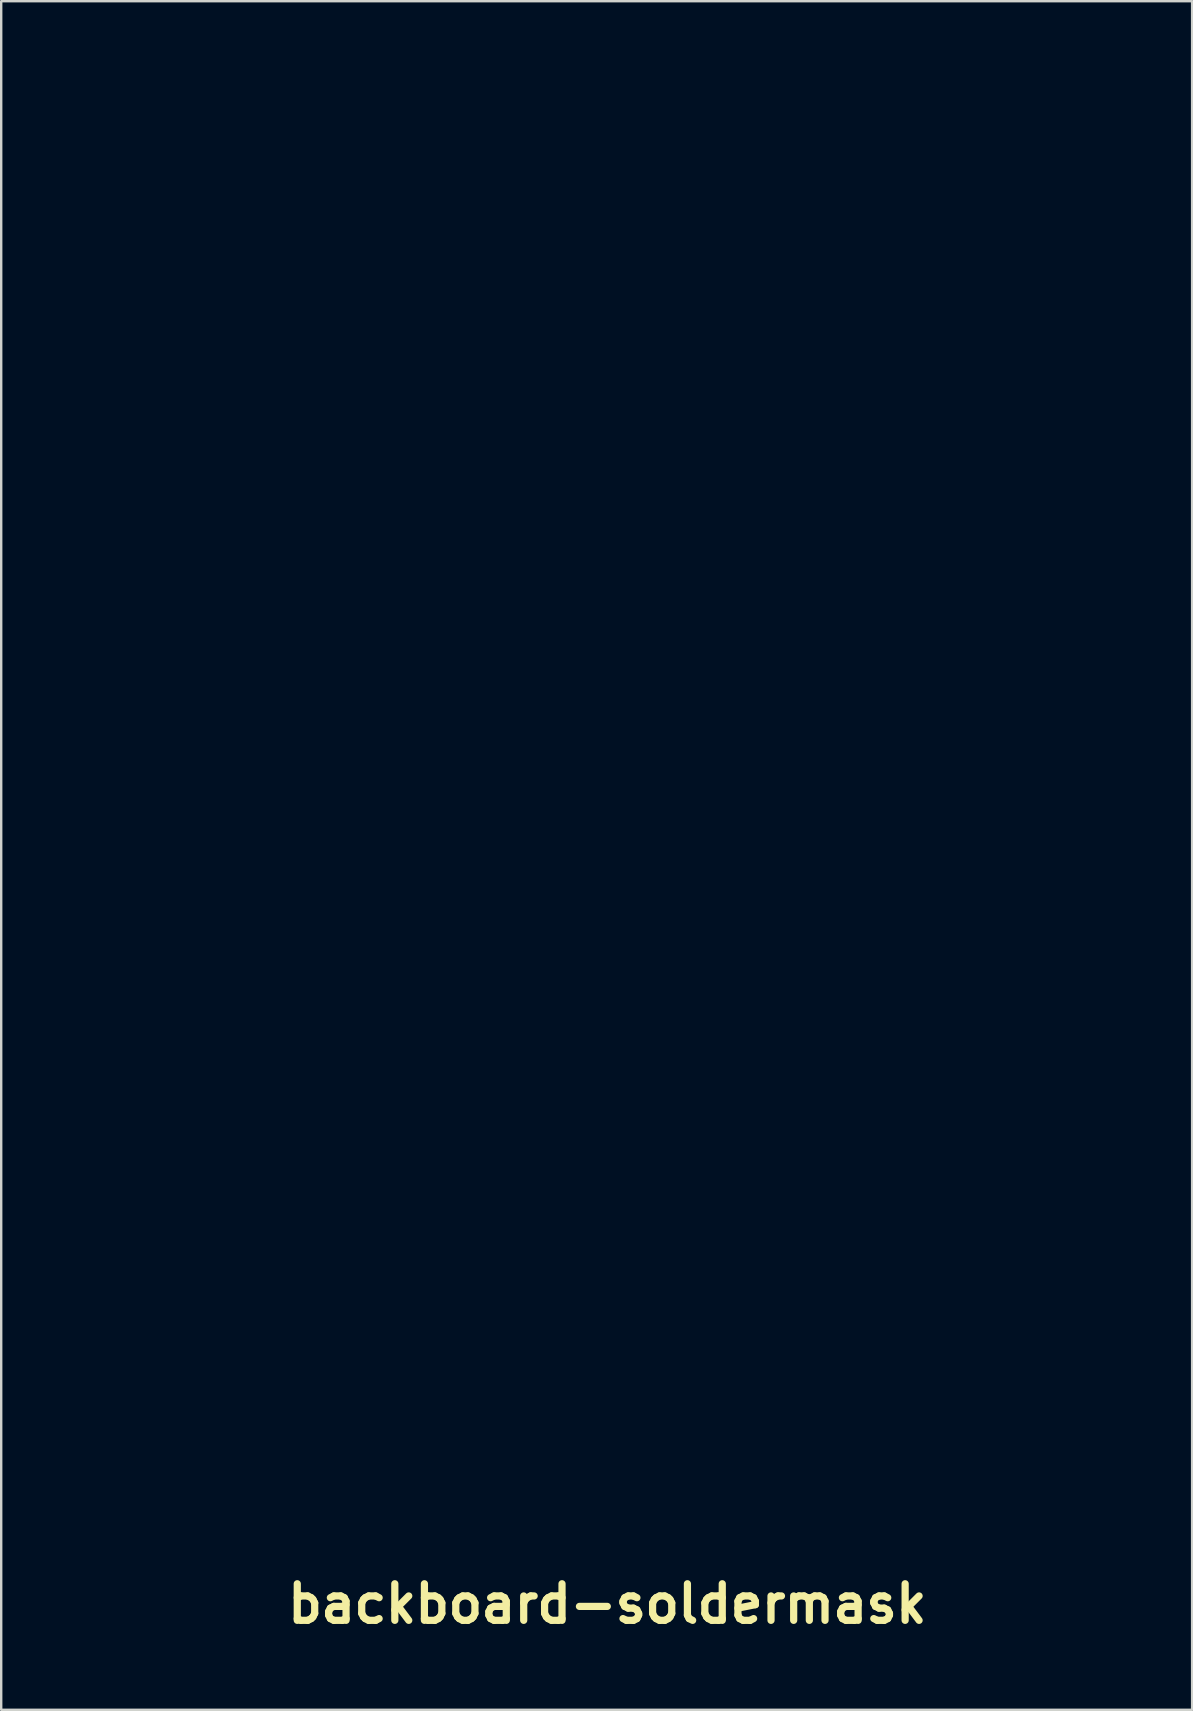
<source format=kicad_pcb>
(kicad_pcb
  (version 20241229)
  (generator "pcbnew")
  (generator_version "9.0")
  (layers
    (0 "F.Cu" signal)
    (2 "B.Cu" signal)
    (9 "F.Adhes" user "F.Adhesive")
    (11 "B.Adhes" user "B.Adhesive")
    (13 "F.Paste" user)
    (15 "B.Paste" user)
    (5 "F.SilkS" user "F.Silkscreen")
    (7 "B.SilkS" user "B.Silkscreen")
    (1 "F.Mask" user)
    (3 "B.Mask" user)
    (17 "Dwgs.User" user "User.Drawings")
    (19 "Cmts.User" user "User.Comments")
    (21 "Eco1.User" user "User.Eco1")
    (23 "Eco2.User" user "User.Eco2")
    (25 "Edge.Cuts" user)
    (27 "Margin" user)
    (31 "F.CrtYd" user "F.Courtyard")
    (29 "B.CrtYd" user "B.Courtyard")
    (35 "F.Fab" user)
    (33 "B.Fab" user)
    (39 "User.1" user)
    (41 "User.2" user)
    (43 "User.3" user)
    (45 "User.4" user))
  (footprint "backboard-soldermask"
    (layer "F.Cu")
    (at 22.254 63.774)
    (property "Reference" "backboard-soldermask" (at 0 0 0) (layer "F.SilkS") (effects (font (size 1.524 1.524) (thickness 0.3))))
    (attr through_hole)
    (fp_poly (pts (xy 20.785 -28.242) (xy 20.793 -28.227) (xy 20.798 -28.197) (xy 20.784 -28.203) (xy 20.774 -28.217) (xy 20.768 -28.244) (xy 20.77 -28.249) (xy 20.785 -28.242)) (stroke (width 0.01) (type solid)) (fill yes) (layer "F.Mask"))
    (fp_poly (pts (xy -22.019 -26.127) (xy -21.946 -26.076) (xy -21.869 -26.029) (xy -21.836 -26.01) (xy -21.761 -25.967) (xy -21.701 -25.922) (xy -21.662 -25.881) (xy -21.652 -25.85) (xy -21.659 -25.841) (xy -21.693 -25.833) (xy -21.755 -25.828) (xy -21.834 -25.827) (xy -21.914 -25.829) (xy -21.983 -25.834) (xy -22.008 -25.838) (xy -22.051 -25.866) (xy -22.103 -25.932) (xy -22.131 -25.976) (xy -22.206 -26.104) (xy -22.16 -26.153) (xy -22.115 -26.201) (xy -22.019 -26.127)) (stroke (width 0.01) (type solid)) (fill yes) (layer "F.Mask"))
    (fp_poly (pts (xy -1.834 -32.836) (xy -1.691 -32.805) (xy -1.553 -32.758) (xy -1.497 -32.732) (xy -1.384 -32.667) (xy -1.306 -32.599) (xy -1.257 -32.529) (xy -1.233 -32.469) (xy -1.232 -32.417) (xy -1.258 -32.365) (xy -1.314 -32.305) (xy -1.367 -32.258) (xy -1.502 -32.153) (xy -1.624 -32.082) (xy -1.735 -32.043) (xy -1.767 -32.037) (xy -1.809 -32.032) (xy -1.841 -32.037) (xy -1.873 -32.056) (xy -1.914 -32.095) (xy -1.973 -32.159) (xy -1.98 -32.168) (xy -2.066 -32.267) (xy -2.129 -32.344) (xy -2.172 -32.41) (xy -2.202 -32.472) (xy -2.225 -32.539) (xy -2.233 -32.567) (xy -2.255 -32.661) (xy -2.263 -32.724) (xy -2.254 -32.766) (xy -2.228 -32.794) (xy -2.19 -32.815) (xy -2.094 -32.842) (xy -1.972 -32.849) (xy -1.834 -32.836)) (stroke (width 0.01) (type solid)) (fill yes) (layer "F.Mask"))
    (fp_poly (pts (xy 0.86 -31.771) (xy 0.987 -31.765) (xy 1.086 -31.745) (xy 1.17 -31.707) (xy 1.251 -31.647) (xy 1.257 -31.642) (xy 1.311 -31.593) (xy 1.34 -31.554) (xy 1.352 -31.51) (xy 1.355 -31.445) (xy 1.355 -31.43) (xy 1.348 -31.329) (xy 1.324 -31.253) (xy 1.276 -31.19) (xy 1.197 -31.129) (xy 1.149 -31.1) (xy 1.043 -31.041) (xy 0.948 -31.001) (xy 0.857 -30.977) (xy 0.758 -30.969) (xy 0.644 -30.976) (xy 0.505 -30.997) (xy 0.393 -31.018) (xy 0.291 -31.039) (xy 0.223 -31.056) (xy 0.181 -31.072) (xy 0.155 -31.09) (xy 0.14 -31.115) (xy 0.134 -31.127) (xy 0.112 -31.189) (xy 0.11 -31.237) (xy 0.132 -31.28) (xy 0.183 -31.327) (xy 0.255 -31.379) (xy 0.341 -31.442) (xy 0.44 -31.521) (xy 0.533 -31.602) (xy 0.56 -31.626) (xy 0.715 -31.771) (xy 0.86 -31.771)) (stroke (width 0.01) (type solid)) (fill yes) (layer "F.Mask"))
    (fp_poly (pts (xy 20.907 -28.075) (xy 20.978 -28.003) (xy 21.057 -27.93) (xy 21.11 -27.886) (xy 21.181 -27.828) (xy 21.252 -27.768) (xy 21.287 -27.737) (xy 21.362 -27.668) (xy 21.288 -27.545) (xy 21.187 -27.373) (xy 21.099 -27.21) (xy 21.026 -27.065) (xy 20.972 -26.944) (xy 20.955 -26.899) (xy 20.911 -26.789) (xy 20.864 -26.711) (xy 20.806 -26.657) (xy 20.729 -26.617) (xy 20.701 -26.606) (xy 20.543 -26.571) (xy 20.375 -26.575) (xy 20.309 -26.587) (xy 20.243 -26.605) (xy 20.16 -26.631) (xy 20.068 -26.662) (xy 19.977 -26.694) (xy 19.896 -26.726) (xy 19.833 -26.753) (xy 19.796 -26.772) (xy 19.791 -26.777) (xy 19.81 -26.792) (xy 19.859 -26.813) (xy 19.929 -26.836) (xy 19.937 -26.839) (xy 20.03 -26.873) (xy 20.124 -26.917) (xy 20.187 -26.953) (xy 20.264 -27.003) (xy 20.345 -27.052) (xy 20.383 -27.072) (xy 20.489 -27.142) (xy 20.596 -27.24) (xy 20.695 -27.355) (xy 20.773 -27.474) (xy 20.791 -27.51) (xy 20.844 -27.659) (xy 20.869 -27.817) (xy 20.865 -27.971) (xy 20.841 -28.082) (xy 20.807 -28.183) (xy 20.907 -28.075)) (stroke (width 0.01) (type solid)) (fill yes) (layer "F.Mask"))
    (fp_poly (pts (xy -2.021 -40.932) (xy -1.876 -40.916) (xy -1.81 -40.904) (xy -1.622 -40.849) (xy -1.459 -40.766) (xy -1.319 -40.653) (xy -1.2 -40.508) (xy -1.1 -40.328) (xy -1.015 -40.111) (xy -0.986 -40.016) (xy -0.925 -39.743) (xy -0.893 -39.463) (xy -0.892 -39.168) (xy -0.92 -38.849) (xy -0.922 -38.834) (xy -0.953 -38.634) (xy -0.992 -38.471) (xy -1.04 -38.342) (xy -1.1 -38.242) (xy -1.174 -38.166) (xy -1.265 -38.111) (xy -1.348 -38.079) (xy -1.508 -38.043) (xy -1.678 -38.026) (xy -1.841 -38.03) (xy -1.941 -38.046) (xy -2.123 -38.102) (xy -2.293 -38.184) (xy -2.44 -38.285) (xy -2.51 -38.35) (xy -2.572 -38.432) (xy -2.637 -38.55) (xy -2.703 -38.695) (xy -2.766 -38.862) (xy -2.825 -39.042) (xy -2.877 -39.228) (xy -2.919 -39.415) (xy -2.931 -39.484) (xy -2.951 -39.633) (xy -2.961 -39.795) (xy -2.964 -39.959) (xy -2.958 -40.113) (xy -2.943 -40.248) (xy -2.921 -40.348) (xy -2.854 -40.508) (xy -2.757 -40.652) (xy -2.637 -40.773) (xy -2.501 -40.863) (xy -2.408 -40.902) (xy -2.301 -40.925) (xy -2.168 -40.934) (xy -2.021 -40.932)) (stroke (width 0.01) (type solid)) (fill yes) (layer "F.Mask"))
    (fp_poly (pts (xy 19.93 -34.115) (xy 19.969 -34.095) (xy 20.021 -34.056) (xy 20.09 -33.993) (xy 20.151 -33.936) (xy 20.359 -33.706) (xy 20.541 -33.447) (xy 20.695 -33.161) (xy 20.82 -32.853) (xy 20.913 -32.528) (xy 20.973 -32.19) (xy 20.989 -32.019) (xy 20.995 -31.925) (xy 20.996 -31.865) (xy 20.992 -31.829) (xy 20.98 -31.808) (xy 20.959 -31.795) (xy 20.914 -31.775) (xy 20.875 -31.771) (xy 20.836 -31.786) (xy 20.793 -31.825) (xy 20.738 -31.892) (xy 20.669 -31.989) (xy 20.65 -32.016) (xy 20.552 -32.153) (xy 20.466 -32.257) (xy 20.384 -32.335) (xy 20.299 -32.394) (xy 20.204 -32.438) (xy 20.09 -32.474) (xy 20.069 -32.479) (xy 20.002 -32.493) (xy 19.905 -32.507) (xy 19.787 -32.521) (xy 19.66 -32.534) (xy 19.534 -32.545) (xy 19.423 -32.552) (xy 19.375 -32.554) (xy 19.351 -32.572) (xy 19.321 -32.618) (xy 19.292 -32.678) (xy 19.27 -32.739) (xy 19.262 -32.786) (xy 19.275 -32.828) (xy 19.309 -32.886) (xy 19.343 -32.932) (xy 19.42 -33.03) (xy 19.501 -33.145) (xy 19.579 -33.264) (xy 19.646 -33.376) (xy 19.695 -33.468) (xy 19.697 -33.472) (xy 19.735 -33.583) (xy 19.762 -33.731) (xy 19.77 -33.8) (xy 19.784 -33.924) (xy 19.798 -34.012) (xy 19.814 -34.069) (xy 19.835 -34.102) (xy 19.863 -34.117) (xy 19.896 -34.121) (xy 19.93 -34.115)) (stroke (width 0.01) (type solid)) (fill yes) (layer "F.Mask"))
    (fp_poly (pts (xy 2.881 -40.586) (xy 2.959 -40.583) (xy 3.017 -40.574) (xy 3.068 -40.559) (xy 3.121 -40.535) (xy 3.136 -40.528) (xy 3.237 -40.464) (xy 3.346 -40.372) (xy 3.452 -40.261) (xy 3.545 -40.143) (xy 3.616 -40.028) (xy 3.626 -40.008) (xy 3.656 -39.941) (xy 3.675 -39.885) (xy 3.686 -39.827) (xy 3.69 -39.755) (xy 3.69 -39.654) (xy 3.69 -39.645) (xy 3.684 -39.527) (xy 3.671 -39.383) (xy 3.65 -39.22) (xy 3.625 -39.051) (xy 3.596 -38.883) (xy 3.565 -38.727) (xy 3.534 -38.592) (xy 3.504 -38.488) (xy 3.499 -38.474) (xy 3.447 -38.345) (xy 3.392 -38.243) (xy 3.324 -38.156) (xy 3.235 -38.071) (xy 3.087 -37.96) (xy 2.935 -37.883) (xy 2.783 -37.842) (xy 2.638 -37.838) (xy 2.56 -37.853) (xy 2.408 -37.916) (xy 2.265 -38.016) (xy 2.134 -38.147) (xy 2.021 -38.303) (xy 1.931 -38.479) (xy 1.88 -38.627) (xy 1.845 -38.776) (xy 1.817 -38.946) (xy 1.797 -39.127) (xy 1.784 -39.31) (xy 1.779 -39.484) (xy 1.784 -39.638) (xy 1.799 -39.764) (xy 1.801 -39.776) (xy 1.859 -39.954) (xy 1.952 -40.125) (xy 2.074 -40.281) (xy 2.22 -40.414) (xy 2.382 -40.515) (xy 2.382 -40.515) (xy 2.448 -40.546) (xy 2.501 -40.567) (xy 2.554 -40.579) (xy 2.618 -40.585) (xy 2.706 -40.587) (xy 2.772 -40.587) (xy 2.881 -40.586)) (stroke (width 0.01) (type solid)) (fill yes) (layer "F.Mask"))
    (fp_poly (pts (xy -21.113 -33.356) (xy -21.089 -33.343) (xy -21.073 -33.311) (xy -21.061 -33.252) (xy -21.05 -33.16) (xy -21.05 -33.158) (xy -21.031 -33.05) (xy -20.997 -32.911) (xy -20.949 -32.751) (xy -20.9 -32.604) (xy -20.87 -32.544) (xy -20.821 -32.469) (xy -20.763 -32.396) (xy -20.762 -32.394) (xy -20.671 -32.286) (xy -20.607 -32.198) (xy -20.566 -32.121) (xy -20.541 -32.047) (xy -20.535 -32.021) (xy -20.526 -31.957) (xy -20.532 -31.916) (xy -20.559 -31.876) (xy -20.576 -31.857) (xy -20.631 -31.81) (xy -20.692 -31.793) (xy -20.711 -31.792) (xy -20.785 -31.782) (xy -20.854 -31.758) (xy -20.903 -31.741) (xy -20.981 -31.724) (xy -21.077 -31.707) (xy -21.149 -31.698) (xy -21.35 -31.662) (xy -21.52 -31.604) (xy -21.662 -31.52) (xy -21.783 -31.406) (xy -21.889 -31.26) (xy -21.893 -31.253) (xy -21.971 -31.142) (xy -22.05 -31.063) (xy -22.127 -31.018) (xy -22.174 -31.009) (xy -22.217 -31.024) (xy -22.233 -31.046) (xy -22.247 -31.131) (xy -22.249 -31.248) (xy -22.239 -31.388) (xy -22.219 -31.544) (xy -22.189 -31.708) (xy -22.152 -31.87) (xy -22.129 -31.95) (xy -22.081 -32.099) (xy -22.028 -32.237) (xy -21.965 -32.372) (xy -21.888 -32.511) (xy -21.794 -32.663) (xy -21.677 -32.835) (xy -21.618 -32.918) (xy -21.498 -33.076) (xy -21.39 -33.201) (xy -21.293 -33.29) (xy -21.211 -33.343) (xy -21.15 -33.359) (xy -21.113 -33.356)) (stroke (width 0.01) (type solid)) (fill yes) (layer "F.Mask"))
    (fp_poly (pts (xy -17.028 -34.373) (xy -16.933 -34.366) (xy -16.803 -34.354) (xy -16.796 -34.353) (xy -16.413 -34.295) (xy -16.039 -34.196) (xy -15.673 -34.055) (xy -15.319 -33.875) (xy -15.165 -33.782) (xy -15.059 -33.715) (xy -14.945 -33.644) (xy -14.839 -33.579) (xy -14.785 -33.546) (xy -14.644 -33.456) (xy -14.538 -33.378) (xy -14.461 -33.305) (xy -14.408 -33.233) (xy -14.374 -33.157) (xy -14.365 -33.123) (xy -14.36 -33.098) (xy -14.364 -33.08) (xy -14.382 -33.066) (xy -14.421 -33.052) (xy -14.488 -33.036) (xy -14.587 -33.015) (xy -14.621 -33.008) (xy -14.658 -32.992) (xy -14.719 -32.957) (xy -14.795 -32.909) (xy -14.843 -32.877) (xy -15.018 -32.755) (xy -15.303 -32.753) (xy -15.415 -32.752) (xy -15.516 -32.753) (xy -15.598 -32.755) (xy -15.648 -32.758) (xy -15.653 -32.758) (xy -15.743 -32.771) (xy -15.809 -32.786) (xy -15.862 -32.81) (xy -15.915 -32.847) (xy -15.979 -32.904) (xy -16.029 -32.953) (xy -16.098 -33.022) (xy -16.188 -33.114) (xy -16.289 -33.22) (xy -16.394 -33.333) (xy -16.486 -33.433) (xy -16.589 -33.546) (xy -16.697 -33.663) (xy -16.802 -33.776) (xy -16.894 -33.874) (xy -16.957 -33.941) (xy -17.048 -34.037) (xy -17.112 -34.11) (xy -17.153 -34.167) (xy -17.175 -34.213) (xy -17.183 -34.255) (xy -17.178 -34.299) (xy -17.178 -34.303) (xy -17.17 -34.334) (xy -17.158 -34.355) (xy -17.134 -34.368) (xy -17.093 -34.374) (xy -17.028 -34.373)) (stroke (width 0.01) (type solid)) (fill yes) (layer "F.Mask"))
    (fp_poly (pts (xy 15.884 -35.132) (xy 15.907 -35.124) (xy 15.919 -35.11) (xy 15.925 -35.091) (xy 15.935 -35.04) (xy 15.931 -34.997) (xy 15.908 -34.953) (xy 15.861 -34.898) (xy 15.8 -34.837) (xy 15.738 -34.772) (xy 15.659 -34.683) (xy 15.572 -34.579) (xy 15.485 -34.47) (xy 15.446 -34.418) (xy 15.296 -34.232) (xy 15.154 -34.076) (xy 15.05 -33.976) (xy 14.953 -33.892) (xy 14.847 -33.798) (xy 14.748 -33.71) (xy 14.707 -33.674) (xy 14.545 -33.528) (xy 13.765 -33.528) (xy 13.672 -33.593) (xy 13.6 -33.642) (xy 13.528 -33.692) (xy 13.503 -33.709) (xy 13.441 -33.741) (xy 13.358 -33.772) (xy 13.284 -33.791) (xy 13.211 -33.808) (xy 13.156 -33.822) (xy 13.13 -33.832) (xy 13.13 -33.832) (xy 13.118 -33.86) (xy 13.11 -33.909) (xy 13.107 -33.961) (xy 13.109 -34.002) (xy 13.116 -34.015) (xy 13.14 -34.028) (xy 13.187 -34.063) (xy 13.252 -34.115) (xy 13.315 -34.168) (xy 13.413 -34.248) (xy 13.524 -34.333) (xy 13.63 -34.408) (xy 13.674 -34.437) (xy 13.789 -34.508) (xy 13.925 -34.585) (xy 14.071 -34.664) (xy 14.22 -34.741) (xy 14.362 -34.81) (xy 14.487 -34.867) (xy 14.588 -34.908) (xy 14.607 -34.915) (xy 14.75 -34.958) (xy 14.921 -35.002) (xy 15.106 -35.042) (xy 15.294 -35.078) (xy 15.471 -35.106) (xy 15.624 -35.123) (xy 15.666 -35.126) (xy 15.771 -35.132) (xy 15.841 -35.134) (xy 15.884 -35.132)) (stroke (width 0.01) (type solid)) (fill yes) (layer "F.Mask"))
    (fp_poly (pts (xy 0.345 -32.953) (xy 0.532 -32.946) (xy 0.615 -32.857) (xy 0.664 -32.801) (xy 0.688 -32.755) (xy 0.697 -32.7) (xy 0.699 -32.65) (xy 0.696 -32.594) (xy 0.686 -32.54) (xy 0.666 -32.477) (xy 0.632 -32.397) (xy 0.582 -32.29) (xy 0.574 -32.273) (xy 0.514 -32.152) (xy 0.458 -32.056) (xy 0.398 -31.976) (xy 0.328 -31.902) (xy 0.237 -31.824) (xy 0.123 -31.737) (xy 0.035 -31.658) (xy -0.052 -31.557) (xy -0.092 -31.502) (xy -0.186 -31.377) (xy -0.302 -31.26) (xy -0.447 -31.143) (xy -0.54 -31.078) (xy -0.66 -31.002) (xy -0.786 -30.932) (xy -0.908 -30.874) (xy -1.013 -30.833) (xy -1.058 -30.82) (xy -1.177 -30.804) (xy -1.322 -30.801) (xy -1.48 -30.812) (xy -1.614 -30.831) (xy -1.775 -30.866) (xy -1.916 -30.91) (xy -2.028 -30.959) (xy -2.074 -30.988) (xy -2.109 -31.016) (xy -2.128 -31.047) (xy -2.136 -31.093) (xy -2.137 -31.164) (xy -2.136 -31.295) (xy -1.849 -31.483) (xy -1.721 -31.569) (xy -1.575 -31.67) (xy -1.417 -31.784) (xy -1.251 -31.905) (xy -1.083 -32.03) (xy -0.918 -32.155) (xy -0.761 -32.276) (xy -0.618 -32.389) (xy -0.492 -32.49) (xy -0.39 -32.576) (xy -0.317 -32.642) (xy -0.307 -32.652) (xy -0.2 -32.752) (xy -0.105 -32.825) (xy -0.01 -32.881) (xy 0.01 -32.89) (xy 0.086 -32.924) (xy 0.145 -32.945) (xy 0.203 -32.954) (xy 0.278 -32.955) (xy 0.345 -32.953)) (stroke (width 0.01) (type solid)) (fill yes) (layer "F.Mask"))
    (fp_poly (pts (xy 0.692 -34.484) (xy 0.808 -34.478) (xy 0.904 -34.466) (xy 0.986 -34.449) (xy 1.063 -34.425) (xy 1.142 -34.394) (xy 1.145 -34.393) (xy 1.254 -34.326) (xy 1.335 -34.232) (xy 1.385 -34.121) (xy 1.397 -34.027) (xy 1.387 -33.904) (xy 1.356 -33.816) (xy 1.31 -33.765) (xy 1.275 -33.727) (xy 1.239 -33.668) (xy 1.228 -33.645) (xy 1.182 -33.569) (xy 1.114 -33.52) (xy 1.11 -33.518) (xy 1.016 -33.487) (xy 0.894 -33.465) (xy 0.759 -33.455) (xy 0.623 -33.457) (xy 0.615 -33.458) (xy 0.515 -33.46) (xy 0.391 -33.452) (xy 0.258 -33.436) (xy 0.254 -33.435) (xy 0.027 -33.404) (xy -0.203 -33.378) (xy -0.445 -33.357) (xy -0.706 -33.342) (xy -0.996 -33.331) (xy -1.176 -33.326) (xy -1.791 -33.312) (xy -1.83 -33.372) (xy -1.863 -33.422) (xy -1.911 -33.489) (xy -1.952 -33.543) (xy -2.036 -33.654) (xy -2.009 -33.878) (xy -1.996 -33.977) (xy -1.985 -34.045) (xy -1.971 -34.091) (xy -1.95 -34.126) (xy -1.92 -34.158) (xy -1.896 -34.181) (xy -1.834 -34.23) (xy -1.768 -34.262) (xy -1.68 -34.285) (xy -1.665 -34.288) (xy -1.585 -34.306) (xy -1.536 -34.325) (xy -1.51 -34.349) (xy -1.502 -34.365) (xy -1.478 -34.4) (xy -1.43 -34.42) (xy -1.393 -34.426) (xy -0.983 -34.465) (xy -0.541 -34.482) (xy -0.455 -34.483) (xy -0.305 -34.483) (xy -0.129 -34.484) (xy 0.058 -34.485) (xy 0.24 -34.486) (xy 0.37 -34.487) (xy 0.549 -34.487) (xy 0.692 -34.484)) (stroke (width 0.01) (type solid)) (fill yes) (layer "F.Mask"))
    (fp_poly (pts (xy 18.313 -29.266) (xy 18.359 -29.165) (xy 18.416 -29.072) (xy 18.496 -28.971) (xy 18.52 -28.943) (xy 18.579 -28.874) (xy 18.625 -28.815) (xy 18.652 -28.776) (xy 18.657 -28.763) (xy 18.632 -28.751) (xy 18.581 -28.738) (xy 18.558 -28.733) (xy 18.48 -28.715) (xy 18.395 -28.688) (xy 18.373 -28.679) (xy 18.29 -28.649) (xy 18.199 -28.623) (xy 18.172 -28.617) (xy 18.086 -28.591) (xy 17.997 -28.555) (xy 17.971 -28.543) (xy 17.902 -28.513) (xy 17.81 -28.483) (xy 17.714 -28.459) (xy 17.706 -28.457) (xy 17.628 -28.438) (xy 17.521 -28.406) (xy 17.397 -28.366) (xy 17.267 -28.321) (xy 17.187 -28.291) (xy 17.061 -28.244) (xy 16.936 -28.2) (xy 16.823 -28.161) (xy 16.732 -28.132) (xy 16.69 -28.12) (xy 16.611 -28.097) (xy 16.507 -28.062) (xy 16.391 -28.021) (xy 16.282 -27.979) (xy 16.184 -27.941) (xy 16.099 -27.909) (xy 16.036 -27.887) (xy 16.003 -27.877) (xy 16.001 -27.877) (xy 15.977 -27.89) (xy 15.93 -27.927) (xy 15.868 -27.98) (xy 15.827 -28.018) (xy 15.761 -28.078) (xy 15.708 -28.127) (xy 15.675 -28.158) (xy 15.667 -28.164) (xy 15.675 -28.177) (xy 15.717 -28.199) (xy 15.788 -28.225) (xy 15.88 -28.254) (xy 15.925 -28.267) (xy 16.018 -28.294) (xy 16.106 -28.323) (xy 16.173 -28.347) (xy 16.182 -28.351) (xy 16.246 -28.381) (xy 16.332 -28.427) (xy 16.429 -28.481) (xy 16.522 -28.537) (xy 16.601 -28.586) (xy 16.616 -28.596) (xy 16.674 -28.629) (xy 16.722 -28.648) (xy 16.786 -28.673) (xy 16.87 -28.713) (xy 16.961 -28.759) (xy 17.042 -28.806) (xy 17.09 -28.837) (xy 17.16 -28.879) (xy 17.234 -28.908) (xy 17.3 -28.921) (xy 17.345 -28.914) (xy 17.349 -28.911) (xy 17.384 -28.9) (xy 17.411 -28.915) (xy 17.412 -28.946) (xy 17.425 -28.971) (xy 17.476 -29.002) (xy 17.518 -29.021) (xy 17.599 -29.06) (xy 17.689 -29.114) (xy 17.753 -29.16) (xy 17.819 -29.206) (xy 17.877 -29.24) (xy 17.916 -29.253) (xy 17.916 -29.253) (xy 17.971 -29.264) (xy 18.045 -29.293) (xy 18.124 -29.332) (xy 18.191 -29.374) (xy 18.198 -29.38) (xy 18.253 -29.423) (xy 18.313 -29.266)) (stroke (width 0.01) (type solid)) (fill yes) (layer "F.Mask"))
    (fp_poly (pts (xy -11.367 -46.404) (xy -11.244 -46.397) (xy -11.239 -46.397) (xy -10.987 -46.376) (xy -10.768 -46.344) (xy -10.573 -46.301) (xy -10.396 -46.244) (xy -10.227 -46.171) (xy -10.211 -46.163) (xy -10.129 -46.125) (xy -10.057 -46.097) (xy -9.979 -46.076) (xy -9.885 -46.059) (xy -9.777 -46.045) (xy -9.631 -46.025) (xy -9.52 -46.004) (xy -9.434 -45.98) (xy -9.367 -45.948) (xy -9.31 -45.905) (xy -9.255 -45.846) (xy -9.199 -45.775) (xy -9.128 -45.69) (xy -9.037 -45.592) (xy -8.94 -45.499) (xy -8.883 -45.448) (xy -8.619 -45.219) (xy -8.38 -44.997) (xy -8.156 -44.772) (xy -7.94 -44.537) (xy -7.725 -44.283) (xy -7.502 -44.002) (xy -7.415 -43.889) (xy -7.342 -43.795) (xy -7.254 -43.689) (xy -7.166 -43.586) (xy -7.131 -43.547) (xy -7.042 -43.439) (xy -6.944 -43.306) (xy -6.848 -43.161) (xy -6.809 -43.096) (xy -6.743 -42.989) (xy -6.675 -42.885) (xy -6.613 -42.794) (xy -6.562 -42.727) (xy -6.55 -42.713) (xy -6.456 -42.607) (xy -6.456 -42.417) (xy -6.463 -42.269) (xy -6.484 -42.147) (xy -6.497 -42.103) (xy -6.519 -42.016) (xy -6.539 -41.896) (xy -6.556 -41.75) (xy -6.57 -41.588) (xy -6.579 -41.417) (xy -6.583 -41.246) (xy -6.583 -41.218) (xy -6.585 -41.109) (xy -6.59 -41.037) (xy -6.6 -40.999) (xy -6.609 -40.99) (xy -6.727 -40.974) (xy -6.846 -40.996) (xy -6.865 -41.003) (xy -6.918 -41.018) (xy -7.004 -41.037) (xy -7.116 -41.057) (xy -7.244 -41.077) (xy -7.379 -41.096) (xy -7.383 -41.097) (xy -7.586 -41.125) (xy -7.758 -41.156) (xy -7.911 -41.193) (xy -8.058 -41.238) (xy -8.208 -41.296) (xy -8.373 -41.37) (xy -8.53 -41.446) (xy -8.659 -41.513) (xy -8.8 -41.593) (xy -8.949 -41.681) (xy -9.098 -41.773) (xy -9.243 -41.865) (xy -9.375 -41.955) (xy -9.491 -42.036) (xy -9.582 -42.107) (xy -9.644 -42.162) (xy -9.652 -42.17) (xy -9.697 -42.215) (xy -9.767 -42.276) (xy -9.854 -42.347) (xy -9.948 -42.42) (xy -9.962 -42.431) (xy -10.11 -42.549) (xy -10.222 -42.655) (xy -10.303 -42.754) (xy -10.355 -42.851) (xy -10.372 -42.896) (xy -10.385 -42.946) (xy -10.384 -42.982) (xy -10.366 -43.02) (xy -10.327 -43.075) (xy -10.318 -43.087) (xy -10.267 -43.161) (xy -10.213 -43.254) (xy -10.169 -43.339) (xy -10.135 -43.419) (xy -10.1 -43.51) (xy -10.067 -43.604) (xy -10.04 -43.691) (xy -10.021 -43.763) (xy -10.012 -43.81) (xy -10.014 -43.824) (xy -10.039 -43.822) (xy -10.091 -43.8) (xy -10.163 -43.764) (xy -10.247 -43.718) (xy -10.334 -43.666) (xy -10.417 -43.612) (xy -10.489 -43.562) (xy -10.53 -43.529) (xy -10.633 -43.446) (xy -10.717 -43.39) (xy -10.791 -43.359) (xy -10.85 -43.347) (xy -10.875 -43.347) (xy -10.901 -43.355) (xy -10.934 -43.374) (xy -10.977 -43.409) (xy -11.035 -43.463) (xy -11.114 -43.539) (xy -11.217 -43.643) (xy -11.221 -43.646) (xy -11.368 -43.798) (xy -11.494 -43.937) (xy -11.608 -44.077) (xy -11.722 -44.23) (xy -11.756 -44.277) (xy -11.891 -44.471) (xy -12.022 -44.664) (xy -12.145 -44.852) (xy -12.257 -45.028) (xy -12.353 -45.187) (xy -12.431 -45.321) (xy -12.473 -45.401) (xy -12.515 -45.488) (xy -12.542 -45.556) (xy -12.558 -45.62) (xy -12.566 -45.696) (xy -12.57 -45.784) (xy -12.577 -45.988) (xy -12.305 -46.149) (xy -12.194 -46.214) (xy -12.107 -46.261) (xy -12.033 -46.295) (xy -11.961 -46.32) (xy -11.878 -46.343) (xy -11.79 -46.363) (xy -11.69 -46.384) (xy -11.61 -46.398) (xy -11.538 -46.405) (xy -11.461 -46.407) (xy -11.367 -46.404)) (stroke (width 0.01) (type solid)) (fill yes) (layer "F.Mask"))
    (fp_poly (pts (xy 10.403 -47.129) (xy 10.806 -47.093) (xy 11.182 -47.028) (xy 11.53 -46.936) (xy 11.847 -46.817) (xy 12.134 -46.67) (xy 12.298 -46.564) (xy 12.472 -46.428) (xy 12.607 -46.291) (xy 12.705 -46.15) (xy 12.767 -46) (xy 12.798 -45.84) (xy 12.799 -45.831) (xy 12.803 -45.749) (xy 12.799 -45.693) (xy 12.791 -45.671) (xy 12.765 -45.663) (xy 12.715 -45.66) (xy 12.636 -45.659) (xy 12.52 -45.662) (xy 12.498 -45.663) (xy 12.432 -45.661) (xy 12.367 -45.646) (xy 12.289 -45.616) (xy 12.228 -45.587) (xy 12.154 -45.548) (xy 12.098 -45.515) (xy 12.068 -45.491) (xy 12.065 -45.486) (xy 12.084 -45.456) (xy 12.137 -45.421) (xy 12.215 -45.385) (xy 12.309 -45.349) (xy 12.413 -45.318) (xy 12.516 -45.294) (xy 12.611 -45.281) (xy 12.612 -45.281) (xy 12.712 -45.27) (xy 12.776 -45.251) (xy 12.811 -45.218) (xy 12.823 -45.165) (xy 12.82 -45.087) (xy 12.807 -44.999) (xy 12.785 -44.894) (xy 12.757 -44.78) (xy 12.726 -44.669) (xy 12.694 -44.57) (xy 12.665 -44.494) (xy 12.643 -44.454) (xy 12.594 -44.409) (xy 12.53 -44.374) (xy 12.521 -44.37) (xy 12.467 -44.356) (xy 12.428 -44.36) (xy 12.384 -44.387) (xy 12.368 -44.398) (xy 12.281 -44.456) (xy 12.168 -44.514) (xy 12.04 -44.572) (xy 11.904 -44.624) (xy 11.771 -44.669) (xy 11.65 -44.701) (xy 11.549 -44.72) (xy 11.488 -44.721) (xy 11.468 -44.717) (xy 11.462 -44.708) (xy 11.475 -44.69) (xy 11.511 -44.66) (xy 11.572 -44.616) (xy 11.662 -44.554) (xy 11.729 -44.508) (xy 11.851 -44.428) (xy 11.973 -44.353) (xy 12.085 -44.29) (xy 12.176 -44.244) (xy 12.203 -44.232) (xy 12.372 -44.163) (xy 12.378 -44.063) (xy 12.377 -43.987) (xy 12.356 -43.928) (xy 12.334 -43.894) (xy 12.301 -43.846) (xy 12.254 -43.773) (xy 12.202 -43.687) (xy 12.171 -43.635) (xy 12.093 -43.506) (xy 12.021 -43.402) (xy 11.947 -43.314) (xy 11.861 -43.232) (xy 11.753 -43.144) (xy 11.675 -43.084) (xy 11.523 -42.975) (xy 11.361 -42.862) (xy 11.193 -42.75) (xy 11.024 -42.642) (xy 10.857 -42.538) (xy 10.698 -42.443) (xy 10.551 -42.359) (xy 10.421 -42.289) (xy 10.311 -42.234) (xy 10.226 -42.199) (xy 10.171 -42.185) (xy 10.168 -42.185) (xy 10.093 -42.167) (xy 10.037 -42.132) (xy 9.981 -42.097) (xy 9.927 -42.08) (xy 9.92 -42.079) (xy 9.869 -42.072) (xy 9.8 -42.052) (xy 9.753 -42.035) (xy 9.632 -41.989) (xy 9.488 -41.938) (xy 9.329 -41.883) (xy 9.16 -41.827) (xy 8.989 -41.771) (xy 8.822 -41.719) (xy 8.667 -41.672) (xy 8.53 -41.632) (xy 8.418 -41.602) (xy 8.338 -41.584) (xy 8.329 -41.582) (xy 8.22 -41.562) (xy 8.088 -41.533) (xy 7.953 -41.5) (xy 7.854 -41.474) (xy 7.754 -41.447) (xy 7.669 -41.425) (xy 7.608 -41.409) (xy 7.578 -41.402) (xy 7.577 -41.402) (xy 7.578 -41.421) (xy 7.592 -41.473) (xy 7.615 -41.553) (xy 7.647 -41.652) (xy 7.674 -41.735) (xy 7.727 -41.893) (xy 7.785 -42.068) (xy 7.847 -42.257) (xy 7.912 -42.454) (xy 7.979 -42.657) (xy 8.045 -42.86) (xy 8.11 -43.059) (xy 8.172 -43.251) (xy 8.23 -43.431) (xy 8.283 -43.594) (xy 8.329 -43.737) (xy 8.366 -43.855) (xy 8.394 -43.944) (xy 8.411 -43.999) (xy 8.415 -44.016) (xy 8.442 -44.125) (xy 8.484 -44.257) (xy 8.534 -44.4) (xy 8.546 -44.429) (xy 8.576 -44.519) (xy 8.608 -44.628) (xy 8.634 -44.735) (xy 8.636 -44.746) (xy 8.681 -44.911) (xy 8.74 -45.049) (xy 8.811 -45.154) (xy 8.861 -45.202) (xy 8.916 -45.253) (xy 8.959 -45.308) (xy 8.964 -45.318) (xy 8.986 -45.391) (xy 8.995 -45.487) (xy 8.989 -45.591) (xy 8.972 -45.679) (xy 8.961 -45.728) (xy 8.961 -45.779) (xy 8.973 -45.846) (xy 8.993 -45.926) (xy 9.015 -46.013) (xy 9.03 -46.092) (xy 9.038 -46.148) (xy 9.038 -46.155) (xy 9.046 -46.211) (xy 9.065 -46.284) (xy 9.081 -46.329) (xy 9.105 -46.411) (xy 9.12 -46.496) (xy 9.123 -46.532) (xy 9.131 -46.615) (xy 9.15 -46.7) (xy 9.155 -46.715) (xy 9.175 -46.796) (xy 9.186 -46.884) (xy 9.186 -46.905) (xy 9.186 -47.005) (xy 9.414 -47.05) (xy 9.701 -47.097) (xy 9.991 -47.125) (xy 10.268 -47.133) (xy 10.403 -47.129)) (stroke (width 0.01) (type solid)) (fill yes) (layer "F.Mask"))
    (fp_poly (pts (xy 18.166 -35.374) (xy 18.296 -35.352) (xy 18.419 -35.32) (xy 18.471 -35.303) (xy 18.639 -35.223) (xy 18.788 -35.118) (xy 18.915 -34.993) (xy 19.015 -34.854) (xy 19.083 -34.706) (xy 19.115 -34.554) (xy 19.117 -34.502) (xy 19.106 -34.394) (xy 19.078 -34.26) (xy 19.035 -34.108) (xy 18.981 -33.948) (xy 18.919 -33.79) (xy 18.868 -33.68) (xy 18.809 -33.564) (xy 18.757 -33.474) (xy 18.701 -33.398) (xy 18.634 -33.322) (xy 18.597 -33.283) (xy 18.48 -33.175) (xy 18.374 -33.099) (xy 18.328 -33.074) (xy 18.275 -33.055) (xy 18.19 -33.031) (xy 18.081 -33.004) (xy 17.956 -32.974) (xy 17.826 -32.945) (xy 17.698 -32.919) (xy 17.582 -32.896) (xy 17.486 -32.88) (xy 17.42 -32.872) (xy 17.406 -32.872) (xy 17.35 -32.864) (xy 17.304 -32.851) (xy 17.248 -32.829) (xy 17.29 -32.771) (xy 17.323 -32.708) (xy 17.346 -32.636) (xy 17.347 -32.631) (xy 17.353 -32.587) (xy 17.347 -32.553) (xy 17.323 -32.52) (xy 17.275 -32.474) (xy 17.254 -32.456) (xy 17.189 -32.394) (xy 17.112 -32.313) (xy 17.037 -32.228) (xy 17.016 -32.203) (xy 16.887 -32.045) (xy 16.943 -31.93) (xy 16.991 -31.841) (xy 17.037 -31.785) (xy 17.093 -31.756) (xy 17.168 -31.748) (xy 17.264 -31.754) (xy 17.345 -31.761) (xy 17.455 -31.771) (xy 17.584 -31.783) (xy 17.718 -31.795) (xy 17.78 -31.8) (xy 17.92 -31.815) (xy 18.067 -31.832) (xy 18.206 -31.852) (xy 18.323 -31.871) (xy 18.358 -31.878) (xy 18.451 -31.895) (xy 18.528 -31.908) (xy 18.58 -31.914) (xy 18.598 -31.913) (xy 18.595 -31.89) (xy 18.576 -31.843) (xy 18.559 -31.81) (xy 18.535 -31.758) (xy 18.52 -31.704) (xy 18.513 -31.636) (xy 18.51 -31.54) (xy 18.51 -31.517) (xy 18.512 -31.417) (xy 18.518 -31.344) (xy 18.532 -31.285) (xy 18.555 -31.226) (xy 18.571 -31.193) (xy 18.646 -31.071) (xy 18.748 -30.947) (xy 18.865 -30.834) (xy 18.985 -30.745) (xy 19.005 -30.733) (xy 19.089 -30.681) (xy 19.172 -30.621) (xy 19.224 -30.578) (xy 19.369 -30.474) (xy 19.527 -30.409) (xy 19.697 -30.383) (xy 19.876 -30.397) (xy 20.062 -30.451) (xy 20.167 -30.499) (xy 20.232 -30.536) (xy 20.309 -30.587) (xy 20.392 -30.647) (xy 20.474 -30.71) (xy 20.546 -30.77) (xy 20.602 -30.82) (xy 20.634 -30.856) (xy 20.638 -30.867) (xy 20.646 -30.876) (xy 20.657 -30.861) (xy 20.664 -30.829) (xy 20.672 -30.764) (xy 20.68 -30.673) (xy 20.687 -30.564) (xy 20.689 -30.512) (xy 20.698 -30.351) (xy 20.709 -30.226) (xy 20.722 -30.128) (xy 20.74 -30.05) (xy 20.764 -29.985) (xy 20.795 -29.926) (xy 20.806 -29.909) (xy 20.854 -29.809) (xy 20.879 -29.69) (xy 20.88 -29.676) (xy 20.891 -29.591) (xy 20.903 -29.514) (xy 20.912 -29.47) (xy 20.919 -29.413) (xy 20.902 -29.379) (xy 20.9 -29.378) (xy 20.876 -29.347) (xy 20.84 -29.29) (xy 20.796 -29.214) (xy 20.751 -29.132) (xy 20.71 -29.052) (xy 20.678 -28.984) (xy 20.661 -28.938) (xy 20.659 -28.928) (xy 20.641 -28.897) (xy 20.595 -28.86) (xy 20.532 -28.822) (xy 20.466 -28.791) (xy 20.414 -28.776) (xy 20.378 -28.775) (xy 20.341 -28.788) (xy 20.295 -28.821) (xy 20.229 -28.879) (xy 20.225 -28.883) (xy 20.142 -28.951) (xy 20.047 -29.018) (xy 19.961 -29.068) (xy 19.883 -29.104) (xy 19.818 -29.124) (xy 19.747 -29.133) (xy 19.654 -29.135) (xy 19.578 -29.134) (xy 19.517 -29.128) (xy 19.459 -29.114) (xy 19.393 -29.09) (xy 19.31 -29.051) (xy 19.214 -29.003) (xy 19.19 -29.012) (xy 19.146 -29.047) (xy 19.088 -29.1) (xy 19.024 -29.165) (xy 18.961 -29.234) (xy 18.906 -29.301) (xy 18.864 -29.357) (xy 18.853 -29.376) (xy 18.825 -29.437) (xy 18.791 -29.527) (xy 18.755 -29.633) (xy 18.724 -29.736) (xy 18.693 -29.844) (xy 18.674 -29.92) (xy 18.665 -29.974) (xy 18.664 -30.014) (xy 18.67 -30.05) (xy 18.681 -30.081) (xy 18.705 -30.193) (xy 18.711 -30.324) (xy 18.698 -30.457) (xy 18.668 -30.572) (xy 18.615 -30.687) (xy 18.538 -30.815) (xy 18.443 -30.95) (xy 18.336 -31.084) (xy 18.224 -31.211) (xy 18.112 -31.322) (xy 18.007 -31.41) (xy 17.915 -31.469) (xy 17.908 -31.473) (xy 17.85 -31.498) (xy 17.796 -31.514) (xy 17.735 -31.523) (xy 17.654 -31.527) (xy 17.558 -31.528) (xy 17.451 -31.527) (xy 17.373 -31.522) (xy 17.314 -31.513) (xy 17.26 -31.495) (xy 17.199 -31.469) (xy 17.198 -31.468) (xy 17.125 -31.431) (xy 17.062 -31.394) (xy 17.029 -31.369) (xy 16.983 -31.341) (xy 16.915 -31.315) (xy 16.884 -31.306) (xy 16.75 -31.264) (xy 16.628 -31.197) (xy 16.573 -31.156) (xy 16.506 -31.116) (xy 16.424 -31.084) (xy 16.393 -31.076) (xy 16.317 -31.055) (xy 16.225 -31.022) (xy 16.13 -30.983) (xy 16.043 -30.943) (xy 15.978 -30.906) (xy 15.956 -30.889) (xy 15.913 -30.865) (xy 15.85 -30.842) (xy 15.829 -30.837) (xy 15.77 -30.817) (xy 15.688 -30.782) (xy 15.597 -30.737) (xy 15.549 -30.712) (xy 15.466 -30.667) (xy 15.394 -30.632) (xy 15.343 -30.611) (xy 15.325 -30.607) (xy 15.288 -30.598) (xy 15.227 -30.574) (xy 15.164 -30.543) (xy 15.039 -30.479) (xy 14.949 -30.577) (xy 14.89 -30.647) (xy 14.824 -30.734) (xy 14.772 -30.81) (xy 14.719 -30.885) (xy 14.679 -30.928) (xy 14.645 -30.945) (xy 14.635 -30.946) (xy 14.601 -30.938) (xy 14.578 -30.906) (xy 14.561 -30.856) (xy 14.547 -30.723) (xy 14.573 -30.576) (xy 14.616 -30.463) (xy 14.643 -30.4) (xy 14.658 -30.354) (xy 14.66 -30.337) (xy 14.639 -30.326) (xy 14.585 -30.301) (xy 14.504 -30.262) (xy 14.401 -30.214) (xy 14.282 -30.159) (xy 14.151 -30.098) (xy 14.015 -30.035) (xy 13.879 -29.972) (xy 13.748 -29.912) (xy 13.627 -29.857) (xy 13.524 -29.81) (xy 13.442 -29.773) (xy 13.387 -29.748) (xy 13.365 -29.739) (xy 13.365 -29.739) (xy 13.359 -29.758) (xy 13.356 -29.803) (xy 13.356 -29.811) (xy 13.338 -29.929) (xy 13.283 -30.062) (xy 13.211 -30.18) (xy 13.153 -30.265) (xy 13.09 -30.359) (xy 13.052 -30.416) (xy 13.007 -30.48) (xy 12.943 -30.564) (xy 12.87 -30.657) (xy 12.805 -30.734) (xy 12.73 -30.824) (xy 12.655 -30.914) (xy 12.591 -30.993) (xy 12.551 -31.043) (xy 12.467 -31.151) (xy 12.55 -31.243) (xy 12.63 -31.343) (xy 12.696 -31.452) (xy 12.741 -31.554) (xy 12.752 -31.594) (xy 12.752 -31.65) (xy 12.722 -31.677) (xy 12.662 -31.674) (xy 12.626 -31.662) (xy 12.57 -31.649) (xy 12.526 -31.65) (xy 12.524 -31.65) (xy 12.502 -31.676) (xy 12.474 -31.736) (xy 12.442 -31.824) (xy 12.427 -31.871) (xy 12.396 -31.964) (xy 12.365 -32.047) (xy 12.339 -32.107) (xy 12.327 -32.128) (xy 12.292 -32.178) (xy 12.261 -32.107) (xy 12.237 -32.047) (xy 12.208 -31.967) (xy 12.188 -31.909) (xy 12.158 -31.831) (xy 12.126 -31.761) (xy 12.105 -31.725) (xy 12.064 -31.668) (xy 11.943 -31.724) (xy 11.81 -31.767) (xy 11.665 -31.782) (xy 11.519 -31.772) (xy 11.383 -31.736) (xy 11.267 -31.676) (xy 11.229 -31.646) (xy 11.185 -31.618) (xy 11.118 -31.587) (xy 11.071 -31.57) (xy 10.909 -31.508) (xy 10.72 -31.421) (xy 10.511 -31.311) (xy 10.286 -31.181) (xy 10.06 -31.039) (xy 9.887 -30.927) (xy 9.758 -31.012) (xy 9.638 -31.108) (xy 9.541 -31.216) (xy 9.476 -31.328) (xy 9.459 -31.377) (xy 9.448 -31.45) (xy 9.444 -31.557) (xy 9.446 -31.694) (xy 9.447 -31.716) (xy 9.453 -31.825) (xy 9.46 -31.903) (xy 9.471 -31.959) (xy 9.487 -32.006) (xy 9.512 -32.053) (xy 9.532 -32.087) (xy 9.573 -32.157) (xy 9.605 -32.22) (xy 9.62 -32.257) (xy 9.64 -32.306) (xy 9.671 -32.372) (xy 9.686 -32.403) (xy 9.715 -32.462) (xy 9.734 -32.507) (xy 9.737 -32.521) (xy 9.75 -32.548) (xy 9.786 -32.594) (xy 9.829 -32.643) (xy 9.912 -32.741) (xy 9.969 -32.837) (xy 10.005 -32.941) (xy 10.024 -33.068) (xy 10.03 -33.164) (xy 10.037 -33.383) (xy 10.167 -33.479) (xy 10.372 -33.609) (xy 10.591 -33.713) (xy 10.75 -33.766) (xy 10.813 -33.782) (xy 10.876 -33.794) (xy 10.947 -33.802) (xy 11.034 -33.807) (xy 11.144 -33.811) (xy 11.287 -33.812) (xy 11.335 -33.812) (xy 11.758 -33.814) (xy 11.894 -33.743) (xy 11.979 -33.697) (xy 12.064 -33.647) (xy 12.122 -33.61) (xy 12.261 -33.527) (xy 12.428 -33.449) (xy 12.61 -33.381) (xy 12.721 -33.348) (xy 12.802 -33.325) (xy 12.914 -33.292) (xy 13.048 -33.251) (xy 13.193 -33.206) (xy 13.342 -33.159) (xy 13.388 -33.144) (xy 13.576 -33.085) (xy 13.73 -33.04) (xy 13.858 -33.008) (xy 13.966 -32.989) (xy 14.061 -32.981) (xy 14.148 -32.984) (xy 14.235 -32.997) (xy 14.328 -33.02) (xy 14.362 -33.03) (xy 14.473 -33.066) (xy 14.594 -33.111) (xy 14.702 -33.156) (xy 14.718 -33.163) (xy 14.81 -33.209) (xy 14.877 -33.254) (xy 14.933 -33.307) (xy 14.979 -33.363) (xy 15.027 -33.423) (xy 15.067 -33.466) (xy 15.09 -33.485) (xy 15.092 -33.486) (xy 15.112 -33.5) (xy 15.158 -33.538) (xy 15.222 -33.596) (xy 15.3 -33.668) (xy 15.344 -33.709) (xy 15.484 -33.851) (xy 15.602 -33.987) (xy 15.714 -34.136) (xy 15.752 -34.191) (xy 15.866 -34.353) (xy 15.969 -34.483) (xy 16.058 -34.58) (xy 16.134 -34.643) (xy 16.193 -34.67) (xy 16.203 -34.671) (xy 16.257 -34.677) (xy 16.311 -34.7) (xy 16.374 -34.745) (xy 16.454 -34.816) (xy 16.463 -34.824) (xy 16.556 -34.899) (xy 16.669 -34.967) (xy 16.807 -35.032) (xy 16.977 -35.094) (xy 17.18 -35.157) (xy 17.306 -35.194) (xy 17.437 -35.234) (xy 17.557 -35.272) (xy 17.653 -35.304) (xy 17.659 -35.306) (xy 17.756 -35.338) (xy 17.85 -35.364) (xy 17.927 -35.381) (xy 17.947 -35.384) (xy 18.044 -35.386) (xy 18.166 -35.374)) (stroke (width 0.01) (type solid)) (fill yes) (layer "F.Mask"))
    (fp_poly (pts (xy -19.335 -34.618) (xy -19.211 -34.599) (xy -19.07 -34.563) (xy -18.921 -34.511) (xy -18.919 -34.511) (xy -18.813 -34.473) (xy -18.684 -34.434) (xy -18.551 -34.399) (xy -18.47 -34.381) (xy -18.319 -34.347) (xy -18.196 -34.311) (xy -18.088 -34.267) (xy -17.982 -34.209) (xy -17.864 -34.132) (xy -17.798 -34.085) (xy -17.696 -34.015) (xy -17.585 -33.943) (xy -17.481 -33.88) (xy -17.425 -33.848) (xy -17.365 -33.815) (xy -17.317 -33.785) (xy -17.274 -33.752) (xy -17.23 -33.709) (xy -17.18 -33.652) (xy -17.118 -33.574) (xy -17.037 -33.47) (xy -17.012 -33.436) (xy -16.816 -33.187) (xy -16.637 -32.972) (xy -16.47 -32.791) (xy -16.314 -32.64) (xy -16.166 -32.518) (xy -16.022 -32.421) (xy -15.881 -32.347) (xy -15.748 -32.297) (xy -15.666 -32.274) (xy -15.589 -32.259) (xy -15.502 -32.251) (xy -15.393 -32.249) (xy -15.335 -32.249) (xy -15.226 -32.251) (xy -15.128 -32.258) (xy -15.032 -32.271) (xy -14.931 -32.292) (xy -14.817 -32.322) (xy -14.68 -32.364) (xy -14.513 -32.419) (xy -14.489 -32.427) (xy -14.36 -32.469) (xy -14.216 -32.513) (xy -14.077 -32.554) (xy -13.995 -32.577) (xy -13.866 -32.613) (xy -13.762 -32.646) (xy -13.672 -32.681) (xy -13.584 -32.723) (xy -13.485 -32.777) (xy -13.365 -32.848) (xy -13.351 -32.857) (xy -13.231 -32.929) (xy -13.133 -32.982) (xy -13.046 -33.02) (xy -12.962 -33.044) (xy -12.869 -33.056) (xy -12.759 -33.061) (xy -12.622 -33.059) (xy -12.543 -33.057) (xy -12.398 -33.051) (xy -12.286 -33.044) (xy -12.195 -33.034) (xy -12.117 -33.021) (xy -12.041 -33.003) (xy -11.995 -32.99) (xy -11.74 -32.895) (xy -11.513 -32.771) (xy -11.313 -32.615) (xy -11.228 -32.53) (xy -11.09 -32.366) (xy -10.976 -32.19) (xy -10.886 -31.998) (xy -10.817 -31.785) (xy -10.768 -31.548) (xy -10.737 -31.281) (xy -10.724 -30.979) (xy -10.724 -30.934) (xy -10.721 -30.572) (xy -10.782 -30.48) (xy -10.875 -30.362) (xy -10.985 -30.269) (xy -11.097 -30.203) (xy -11.191 -30.163) (xy -11.316 -30.12) (xy -11.461 -30.079) (xy -11.616 -30.041) (xy -11.769 -30.01) (xy -11.904 -29.99) (xy -11.998 -29.979) (xy -12.065 -29.976) (xy -12.121 -29.981) (xy -12.18 -29.996) (xy -12.253 -30.021) (xy -12.47 -30.116) (xy -12.683 -30.244) (xy -12.885 -30.4) (xy -13.07 -30.578) (xy -13.233 -30.772) (xy -13.369 -30.976) (xy -13.471 -31.184) (xy -13.505 -31.28) (xy -13.526 -31.342) (xy -13.545 -31.382) (xy -13.555 -31.392) (xy -13.577 -31.373) (xy -13.607 -31.325) (xy -13.64 -31.257) (xy -13.671 -31.182) (xy -13.695 -31.11) (xy -13.707 -31.057) (xy -13.719 -30.977) (xy -13.735 -30.933) (xy -13.763 -30.917) (xy -13.809 -30.92) (xy -13.844 -30.928) (xy -13.963 -30.943) (xy -14.096 -30.939) (xy -14.23 -30.92) (xy -14.355 -30.886) (xy -14.456 -30.84) (xy -14.498 -30.81) (xy -14.535 -30.791) (xy -14.598 -30.769) (xy -14.677 -30.747) (xy -14.679 -30.746) (xy -14.748 -30.725) (xy -14.848 -30.689) (xy -14.972 -30.641) (xy -15.115 -30.584) (xy -15.268 -30.521) (xy -15.425 -30.454) (xy -15.579 -30.387) (xy -15.723 -30.322) (xy -15.851 -30.263) (xy -15.955 -30.212) (xy -16.023 -30.176) (xy -16.107 -30.13) (xy -16.186 -30.09) (xy -16.248 -30.063) (xy -16.259 -30.059) (xy -16.398 -29.993) (xy -16.521 -29.896) (xy -16.622 -29.775) (xy -16.696 -29.638) (xy -16.737 -29.492) (xy -16.743 -29.412) (xy -16.744 -29.366) (xy -16.753 -29.333) (xy -16.776 -29.305) (xy -16.82 -29.272) (xy -16.893 -29.225) (xy -16.896 -29.223) (xy -17.137 -29.087) (xy -17.369 -28.982) (xy -17.606 -28.904) (xy -17.728 -28.874) (xy -17.842 -28.846) (xy -17.95 -28.817) (xy -18.041 -28.789) (xy -18.103 -28.765) (xy -18.106 -28.764) (xy -18.183 -28.718) (xy -18.275 -28.647) (xy -18.371 -28.562) (xy -18.464 -28.47) (xy -18.543 -28.38) (xy -18.601 -28.3) (xy -18.619 -28.268) (xy -18.65 -28.192) (xy -18.656 -28.15) (xy -18.637 -28.142) (xy -18.594 -28.169) (xy -18.525 -28.229) (xy -18.441 -28.314) (xy -18.352 -28.405) (xy -18.277 -28.475) (xy -18.205 -28.527) (xy -18.129 -28.565) (xy -18.042 -28.594) (xy -17.933 -28.617) (xy -17.795 -28.637) (xy -17.699 -28.649) (xy -17.474 -28.687) (xy -17.241 -28.743) (xy -17.014 -28.814) (xy -16.807 -28.895) (xy -16.698 -28.947) (xy -16.657 -28.964) (xy -16.637 -28.963) (xy -16.637 -28.962) (xy -16.624 -28.941) (xy -16.587 -28.894) (xy -16.533 -28.828) (xy -16.466 -28.749) (xy -16.441 -28.72) (xy -16.336 -28.605) (xy -16.22 -28.487) (xy -16.101 -28.375) (xy -15.988 -28.277) (xy -15.89 -28.2) (xy -15.857 -28.177) (xy -15.823 -28.152) (xy -15.823 -28.139) (xy -15.851 -28.127) (xy -15.886 -28.118) (xy -15.955 -28.102) (xy -16.049 -28.083) (xy -16.161 -28.06) (xy -16.236 -28.046) (xy -16.363 -28.02) (xy -16.486 -27.994) (xy -16.595 -27.969) (xy -16.679 -27.947) (xy -16.707 -27.939) (xy -16.802 -27.915) (xy -16.911 -27.894) (xy -16.986 -27.884) (xy -17.069 -27.874) (xy -17.142 -27.862) (xy -17.187 -27.85) (xy -17.24 -27.831) (xy -17.166 -27.793) (xy -17.098 -27.766) (xy -17.016 -27.745) (xy -16.988 -27.74) (xy -16.893 -27.723) (xy -16.831 -27.702) (xy -16.793 -27.672) (xy -16.771 -27.627) (xy -16.767 -27.614) (xy -16.76 -27.585) (xy -16.76 -27.559) (xy -16.771 -27.532) (xy -16.797 -27.497) (xy -16.842 -27.448) (xy -16.911 -27.379) (xy -16.968 -27.323) (xy -17.083 -27.212) (xy -17.18 -27.127) (xy -17.268 -27.06) (xy -17.357 -27.006) (xy -17.456 -26.957) (xy -17.559 -26.914) (xy -17.645 -26.882) (xy -17.75 -26.847) (xy -17.863 -26.813) (xy -17.975 -26.782) (xy -18.077 -26.756) (xy -18.157 -26.739) (xy -18.205 -26.733) (xy -18.24 -26.754) (xy -18.268 -26.813) (xy -18.336 -26.963) (xy -18.44 -27.099) (xy -18.572 -27.213) (xy -18.702 -27.288) (xy -18.758 -27.311) (xy -18.814 -27.325) (xy -18.883 -27.333) (xy -18.977 -27.336) (xy -19.039 -27.337) (xy -19.147 -27.336) (xy -19.225 -27.331) (xy -19.285 -27.321) (xy -19.338 -27.304) (xy -19.391 -27.281) (xy -19.51 -27.225) (xy -19.546 -27.286) (xy -19.59 -27.346) (xy -19.658 -27.422) (xy -19.742 -27.506) (xy -19.833 -27.589) (xy -19.92 -27.66) (xy -19.967 -27.695) (xy -20.027 -27.738) (xy -20.07 -27.774) (xy -20.087 -27.795) (xy -20.087 -27.795) (xy -20.073 -27.817) (xy -20.035 -27.858) (xy -19.989 -27.902) (xy -19.92 -27.972) (xy -19.851 -28.055) (xy -19.778 -28.156) (xy -19.7 -28.28) (xy -19.611 -28.432) (xy -19.526 -28.584) (xy -19.443 -28.736) (xy -19.376 -28.855) (xy -19.322 -28.946) (xy -19.275 -29.015) (xy -19.234 -29.066) (xy -19.193 -29.105) (xy -19.15 -29.136) (xy -19.101 -29.165) (xy -19.093 -29.169) (xy -18.949 -29.261) (xy -18.819 -29.373) (xy -18.708 -29.498) (xy -18.624 -29.628) (xy -18.573 -29.756) (xy -18.566 -29.787) (xy -18.557 -29.847) (xy -18.556 -29.888) (xy -18.558 -29.896) (xy -18.577 -29.888) (xy -18.616 -29.856) (xy -18.659 -29.814) (xy -18.768 -29.729) (xy -18.9 -29.677) (xy -19.058 -29.655) (xy -19.098 -29.654) (xy -19.181 -29.659) (xy -19.243 -29.676) (xy -19.306 -29.712) (xy -19.312 -29.716) (xy -19.385 -29.781) (xy -19.434 -29.855) (xy -19.436 -29.859) (xy -19.466 -29.929) (xy -19.501 -30.011) (xy -19.516 -30.046) (xy -19.561 -30.152) (xy -19.594 -30.078) (xy -19.617 -30.017) (xy -19.643 -29.935) (xy -19.663 -29.866) (xy -19.69 -29.774) (xy -19.731 -29.652) (xy -19.781 -29.51) (xy -19.837 -29.355) (xy -19.896 -29.197) (xy -19.954 -29.045) (xy -20.009 -28.908) (xy -20.056 -28.796) (xy -20.078 -28.747) (xy -20.184 -28.547) (xy -20.296 -28.38) (xy -20.412 -28.249) (xy -20.473 -28.196) (xy -20.582 -28.113) (xy -20.7 -28.204) (xy -20.772 -28.257) (xy -20.843 -28.304) (xy -20.892 -28.332) (xy -20.936 -28.361) (xy -21.001 -28.413) (xy -21.078 -28.48) (xy -21.156 -28.553) (xy -21.25 -28.64) (xy -21.354 -28.731) (xy -21.454 -28.813) (xy -21.516 -28.861) (xy -21.607 -28.932) (xy -21.701 -29.01) (xy -21.781 -29.084) (xy -21.802 -29.104) (xy -21.864 -29.166) (xy -21.922 -29.218) (xy -21.963 -29.251) (xy -21.967 -29.254) (xy -22 -29.279) (xy -22.004 -29.31) (xy -21.991 -29.348) (xy -21.982 -29.39) (xy -21.971 -29.466) (xy -21.961 -29.566) (xy -21.952 -29.683) (xy -21.947 -29.758) (xy -21.932 -29.95) (xy -21.909 -30.112) (xy -21.874 -30.254) (xy -21.823 -30.389) (xy -21.753 -30.527) (xy -21.66 -30.68) (xy -21.61 -30.755) (xy -21.542 -30.85) (xy -21.479 -30.917) (xy -21.41 -30.968) (xy -21.323 -31.014) (xy -21.313 -31.019) (xy -21.211 -31.063) (xy -21.115 -31.097) (xy -21.019 -31.123) (xy -20.914 -31.142) (xy -20.794 -31.155) (xy -20.651 -31.162) (xy -20.477 -31.166) (xy -20.362 -31.166) (xy -20.163 -31.166) (xy -19.996 -31.162) (xy -19.851 -31.155) (xy -19.716 -31.143) (xy -19.583 -31.125) (xy -19.439 -31.1) (xy -19.283 -31.069) (xy -19.219 -31.058) (xy -19.13 -31.046) (xy -19.021 -31.032) (xy -18.9 -31.018) (xy -18.774 -31.005) (xy -18.651 -30.993) (xy -18.537 -30.982) (xy -18.441 -30.975) (xy -18.368 -30.971) (xy -18.326 -30.971) (xy -18.319 -30.972) (xy -18.308 -30.992) (xy -18.28 -31.037) (xy -18.241 -31.101) (xy -18.236 -31.109) (xy -18.194 -31.18) (xy -18.173 -31.229) (xy -18.169 -31.266) (xy -18.178 -31.302) (xy -18.22 -31.395) (xy -18.281 -31.49) (xy -18.352 -31.579) (xy -18.427 -31.654) (xy -18.497 -31.704) (xy -18.539 -31.721) (xy -18.582 -31.734) (xy -18.601 -31.759) (xy -18.605 -31.81) (xy -18.605 -31.816) (xy -18.594 -31.891) (xy -18.565 -31.963) (xy -18.563 -31.966) (xy -18.53 -32.031) (xy -18.525 -32.07) (xy -18.551 -32.087) (xy -18.574 -32.089) (xy -18.631 -32.097) (xy -18.696 -32.117) (xy -18.701 -32.119) (xy -18.758 -32.137) (xy -18.84 -32.156) (xy -18.932 -32.172) (xy -18.949 -32.175) (xy -19.136 -32.201) (xy -19.286 -32.225) (xy -19.406 -32.247) (xy -19.501 -32.271) (xy -19.579 -32.298) (xy -19.644 -32.33) (xy -19.702 -32.37) (xy -19.76 -32.419) (xy -19.823 -32.48) (xy -19.844 -32.502) (xy -19.993 -32.678) (xy -20.126 -32.883) (xy -20.234 -33.103) (xy -20.281 -33.231) (xy -20.329 -33.422) (xy -20.35 -33.612) (xy -20.344 -33.793) (xy -20.313 -33.958) (xy -20.256 -34.1) (xy -20.231 -34.142) (xy -20.194 -34.186) (xy -20.135 -34.248) (xy -20.062 -34.318) (xy -20.012 -34.364) (xy -19.933 -34.433) (xy -19.873 -34.48) (xy -19.822 -34.509) (xy -19.77 -34.528) (xy -19.706 -34.542) (xy -19.623 -34.562) (xy -19.549 -34.584) (xy -19.506 -34.602) (xy -19.436 -34.619) (xy -19.335 -34.618)) (stroke (width 0.01) (type solid)) (fill yes) (layer "F.Mask"))
    (fp_poly (pts (xy 0.361 -63.753) (xy 0.503 -63.741) (xy 0.633 -63.725) (xy 0.766 -63.703) (xy 0.915 -63.673) (xy 1.069 -63.638) (xy 1.191 -63.612) (xy 1.33 -63.587) (xy 1.459 -63.568) (xy 1.492 -63.563) (xy 1.583 -63.552) (xy 1.659 -63.541) (xy 1.708 -63.531) (xy 1.722 -63.527) (xy 1.749 -63.522) (xy 1.809 -63.514) (xy 1.893 -63.506) (xy 1.976 -63.5) (xy 2.087 -63.49) (xy 2.218 -63.476) (xy 2.36 -63.458) (xy 2.503 -63.438) (xy 2.638 -63.418) (xy 2.755 -63.399) (xy 2.844 -63.381) (xy 2.879 -63.373) (xy 2.937 -63.362) (xy 3.02 -63.355) (xy 3.11 -63.352) (xy 3.113 -63.352) (xy 3.205 -63.348) (xy 3.32 -63.337) (xy 3.441 -63.321) (xy 3.505 -63.31) (xy 3.615 -63.292) (xy 3.726 -63.278) (xy 3.822 -63.269) (xy 3.867 -63.267) (xy 3.958 -63.262) (xy 4.065 -63.25) (xy 4.152 -63.235) (xy 4.265 -63.214) (xy 4.412 -63.191) (xy 4.588 -63.167) (xy 4.785 -63.143) (xy 4.995 -63.119) (xy 5.213 -63.097) (xy 5.313 -63.088) (xy 5.582 -63.062) (xy 5.835 -63.034) (xy 6.068 -63.007) (xy 6.274 -62.979) (xy 6.448 -62.952) (xy 6.57 -62.929) (xy 6.682 -62.91) (xy 6.8 -62.895) (xy 6.904 -62.887) (xy 6.935 -62.886) (xy 7.043 -62.881) (xy 7.162 -62.869) (xy 7.245 -62.855) (xy 7.337 -62.837) (xy 7.451 -62.817) (xy 7.568 -62.797) (xy 7.609 -62.791) (xy 7.704 -62.773) (xy 7.826 -62.746) (xy 7.964 -62.713) (xy 8.105 -62.676) (xy 8.181 -62.654) (xy 8.416 -62.589) (xy 8.614 -62.54) (xy 8.78 -62.507) (xy 8.915 -62.488) (xy 9.005 -62.484) (xy 9.074 -62.479) (xy 9.129 -62.467) (xy 9.148 -62.458) (xy 9.169 -62.43) (xy 9.207 -62.373) (xy 9.255 -62.294) (xy 9.311 -62.199) (xy 9.335 -62.156) (xy 9.494 -61.878) (xy 9.64 -61.627) (xy 9.773 -61.405) (xy 9.892 -61.213) (xy 9.996 -61.052) (xy 10.084 -60.925) (xy 10.155 -60.833) (xy 10.208 -60.777) (xy 10.209 -60.777) (xy 10.247 -60.737) (xy 10.301 -60.669) (xy 10.364 -60.583) (xy 10.429 -60.487) (xy 10.442 -60.468) (xy 10.52 -60.353) (xy 10.604 -60.242) (xy 10.683 -60.147) (xy 10.736 -60.091) (xy 10.822 -60.008) (xy 10.887 -59.944) (xy 10.938 -59.892) (xy 10.985 -59.84) (xy 11.036 -59.78) (xy 11.1 -59.703) (xy 11.125 -59.672) (xy 11.207 -59.578) (xy 11.299 -59.481) (xy 11.387 -59.394) (xy 11.438 -59.348) (xy 11.5 -59.293) (xy 11.585 -59.215) (xy 11.683 -59.12) (xy 11.789 -59.016) (xy 11.895 -58.91) (xy 11.906 -58.899) (xy 12.16 -58.655) (xy 12.417 -58.433) (xy 12.573 -58.31) (xy 12.708 -58.204) (xy 12.859 -58.082) (xy 13.011 -57.956) (xy 13.153 -57.835) (xy 13.238 -57.76) (xy 13.341 -57.668) (xy 13.441 -57.581) (xy 13.53 -57.504) (xy 13.601 -57.443) (xy 13.648 -57.405) (xy 13.648 -57.404) (xy 13.739 -57.325) (xy 13.797 -57.252) (xy 13.829 -57.176) (xy 13.836 -57.145) (xy 13.84 -57.108) (xy 13.835 -57.077) (xy 13.817 -57.044) (xy 13.779 -57.001) (xy 13.718 -56.939) (xy 13.691 -56.912) (xy 13.645 -56.866) (xy 13.601 -56.821) (xy 13.557 -56.772) (xy 13.512 -56.719) (xy 13.463 -56.656) (xy 13.408 -56.582) (xy 13.345 -56.494) (xy 13.271 -56.388) (xy 13.186 -56.262) (xy 13.085 -56.112) (xy 12.968 -55.935) (xy 12.832 -55.729) (xy 12.68 -55.499) (xy 12.483 -55.2) (xy 12.299 -54.925) (xy 12.13 -54.674) (xy 11.977 -54.449) (xy 11.841 -54.252) (xy 11.722 -54.084) (xy 11.621 -53.946) (xy 11.541 -53.84) (xy 11.481 -53.767) (xy 11.446 -53.731) (xy 11.407 -53.703) (xy 11.364 -53.687) (xy 11.303 -53.68) (xy 11.231 -53.679) (xy 11.126 -53.675) (xy 11.031 -53.66) (xy 10.936 -53.632) (xy 10.83 -53.587) (xy 10.703 -53.521) (xy 10.65 -53.492) (xy 10.532 -53.431) (xy 10.394 -53.367) (xy 10.255 -53.308) (xy 10.171 -53.277) (xy 10.067 -53.24) (xy 9.987 -53.21) (xy 9.919 -53.183) (xy 9.854 -53.154) (xy 9.784 -53.118) (xy 9.698 -53.073) (xy 9.588 -53.012) (xy 9.546 -52.989) (xy 9.374 -52.897) (xy 9.229 -52.827) (xy 9.105 -52.777) (xy 8.996 -52.744) (xy 8.922 -52.73) (xy 8.803 -52.711) (xy 8.711 -52.894) (xy 8.674 -52.971) (xy 8.626 -53.078) (xy 8.57 -53.206) (xy 8.511 -53.344) (xy 8.453 -53.483) (xy 8.446 -53.5) (xy 8.377 -53.662) (xy 8.296 -53.844) (xy 8.209 -54.031) (xy 8.125 -54.207) (xy 8.066 -54.324) (xy 7.949 -54.551) (xy 7.85 -54.743) (xy 7.766 -54.905) (xy 7.697 -55.039) (xy 7.639 -55.148) (xy 7.593 -55.237) (xy 7.555 -55.309) (xy 7.524 -55.367) (xy 7.498 -55.414) (xy 7.475 -55.454) (xy 7.454 -55.49) (xy 7.448 -55.5) (xy 7.398 -55.591) (xy 7.35 -55.689) (xy 7.317 -55.765) (xy 7.279 -55.847) (xy 7.227 -55.942) (xy 7.171 -56.031) (xy 7.17 -56.033) (xy 7.093 -56.16) (xy 7.045 -56.273) (xy 7.027 -56.367) (xy 7.027 -56.369) (xy 7.044 -56.404) (xy 7.097 -56.432) (xy 7.186 -56.454) (xy 7.315 -56.469) (xy 7.377 -56.473) (xy 7.489 -56.483) (xy 7.627 -56.497) (xy 7.772 -56.515) (xy 7.908 -56.533) (xy 7.916 -56.535) (xy 8.052 -56.557) (xy 8.161 -56.579) (xy 8.256 -56.604) (xy 8.352 -56.638) (xy 8.465 -56.683) (xy 8.475 -56.688) (xy 8.631 -56.749) (xy 8.759 -56.789) (xy 8.849 -56.806) (xy 8.918 -56.811) (xy 8.958 -56.807) (xy 8.982 -56.79) (xy 9.003 -56.754) (xy 9.004 -56.752) (xy 9.032 -56.661) (xy 9.037 -56.539) (xy 9.018 -56.386) (xy 8.976 -56.199) (xy 8.964 -56.155) (xy 8.926 -56.023) (xy 8.897 -55.924) (xy 8.872 -55.849) (xy 8.847 -55.792) (xy 8.821 -55.744) (xy 8.79 -55.697) (xy 8.76 -55.656) (xy 8.698 -55.571) (xy 8.662 -55.505) (xy 8.649 -55.447) (xy 8.661 -55.385) (xy 8.696 -55.309) (xy 8.747 -55.219) (xy 8.808 -55.113) (xy 8.874 -54.999) (xy 8.934 -54.893) (xy 8.955 -54.856) (xy 9.007 -54.768) (xy 9.063 -54.684) (xy 9.112 -54.619) (xy 9.123 -54.607) (xy 9.197 -54.525) (xy 9.34 -54.578) (xy 9.408 -54.599) (xy 9.51 -54.626) (xy 9.635 -54.656) (xy 9.775 -54.687) (xy 9.921 -54.718) (xy 10.063 -54.746) (xy 10.194 -54.77) (xy 10.304 -54.787) (xy 10.326 -54.79) (xy 10.407 -54.807) (xy 10.464 -54.836) (xy 10.507 -54.888) (xy 10.543 -54.968) (xy 10.562 -55.027) (xy 10.591 -55.111) (xy 10.632 -55.217) (xy 10.678 -55.325) (xy 10.7 -55.372) (xy 10.836 -55.689) (xy 10.962 -56.033) (xy 11.075 -56.39) (xy 11.168 -56.744) (xy 11.209 -56.93) (xy 11.229 -57.031) (xy 11.245 -57.119) (xy 11.256 -57.183) (xy 11.26 -57.216) (xy 11.26 -57.216) (xy 11.241 -57.24) (xy 11.194 -57.272) (xy 11.135 -57.304) (xy 11.085 -57.331) (xy 11.033 -57.366) (xy 10.974 -57.415) (xy 10.903 -57.482) (xy 10.814 -57.571) (xy 10.71 -57.68) (xy 10.616 -57.778) (xy 10.534 -57.861) (xy 10.456 -57.935) (xy 10.376 -58.005) (xy 10.289 -58.078) (xy 10.186 -58.158) (xy 10.061 -58.251) (xy 9.909 -58.363) (xy 9.909 -58.364) (xy 9.604 -58.586) (xy 9.332 -58.784) (xy 9.09 -58.959) (xy 8.876 -59.112) (xy 8.689 -59.243) (xy 8.527 -59.355) (xy 8.387 -59.449) (xy 8.269 -59.525) (xy 8.171 -59.586) (xy 8.09 -59.632) (xy 8.033 -59.66) (xy 7.94 -59.709) (xy 7.845 -59.769) (xy 7.77 -59.826) (xy 7.767 -59.828) (xy 7.692 -59.887) (xy 7.599 -59.948) (xy 7.508 -59.998) (xy 7.411 -60.049) (xy 7.345 -60.089) (xy 7.307 -60.125) (xy 7.287 -60.164) (xy 7.281 -60.212) (xy 7.281 -60.225) (xy 7.286 -60.278) (xy 7.304 -60.319) (xy 7.345 -60.365) (xy 7.376 -60.392) (xy 7.463 -60.49) (xy 7.537 -60.614) (xy 7.591 -60.747) (xy 7.613 -60.851) (xy 7.626 -60.963) (xy 7.513 -61.078) (xy 7.449 -61.139) (xy 7.402 -61.174) (xy 7.36 -61.19) (xy 7.323 -61.193) (xy 7.237 -61.18) (xy 7.144 -61.139) (xy 7.04 -61.069) (xy 6.921 -60.966) (xy 6.833 -60.879) (xy 6.725 -60.772) (xy 6.634 -60.694) (xy 6.555 -60.639) (xy 6.479 -60.604) (xy 6.4 -60.583) (xy 6.377 -60.579) (xy 6.287 -60.565) (xy 6.203 -60.706) (xy 6.151 -60.784) (xy 6.091 -60.861) (xy 6.029 -60.928) (xy 5.974 -60.978) (xy 5.934 -61.001) (xy 5.927 -61.002) (xy 5.914 -60.983) (xy 5.907 -60.935) (xy 5.905 -60.898) (xy 5.896 -60.768) (xy 5.87 -60.616) (xy 5.83 -60.458) (xy 5.787 -60.325) (xy 5.724 -60.184) (xy 5.637 -60.036) (xy 5.523 -59.876) (xy 5.38 -59.701) (xy 5.204 -59.507) (xy 5.196 -59.499) (xy 5.094 -59.389) (xy 4.99 -59.272) (xy 4.892 -59.159) (xy 4.809 -59.059) (xy 4.756 -58.992) (xy 4.631 -58.827) (xy 4.523 -58.696) (xy 4.431 -58.594) (xy 4.35 -58.519) (xy 4.277 -58.466) (xy 4.208 -58.434) (xy 4.165 -58.422) (xy 4.131 -58.417) (xy 4.102 -58.422) (xy 4.069 -58.443) (xy 4.024 -58.485) (xy 3.96 -58.552) (xy 3.952 -58.56) (xy 3.876 -58.637) (xy 3.794 -58.711) (xy 3.722 -58.769) (xy 3.698 -58.786) (xy 3.623 -58.831) (xy 3.548 -58.869) (xy 3.482 -58.896) (xy 3.436 -58.908) (xy 3.42 -58.905) (xy 3.419 -58.878) (xy 3.431 -58.822) (xy 3.453 -58.745) (xy 3.482 -58.659) (xy 3.515 -58.571) (xy 3.55 -58.492) (xy 3.564 -58.462) (xy 3.641 -58.297) (xy 3.712 -58.107) (xy 3.778 -57.887) (xy 3.812 -57.753) (xy 3.836 -57.651) (xy 3.854 -57.56) (xy 3.866 -57.468) (xy 3.876 -57.366) (xy 3.882 -57.242) (xy 3.887 -57.108) (xy 3.893 -56.948) (xy 3.901 -56.827) (xy 3.91 -56.742) (xy 3.921 -56.688) (xy 3.929 -56.669) (xy 3.946 -56.621) (xy 3.956 -56.551) (xy 3.958 -56.509) (xy 3.964 -56.452) (xy 3.982 -56.361) (xy 4.009 -56.244) (xy 4.044 -56.106) (xy 4.085 -55.956) (xy 4.13 -55.799) (xy 4.177 -55.642) (xy 4.224 -55.493) (xy 4.27 -55.357) (xy 4.274 -55.347) (xy 4.303 -55.257) (xy 4.326 -55.175) (xy 4.338 -55.114) (xy 4.339 -55.098) (xy 4.349 -55.041) (xy 4.374 -54.969) (xy 4.393 -54.926) (xy 4.429 -54.839) (xy 4.459 -54.742) (xy 4.469 -54.699) (xy 4.484 -54.641) (xy 4.512 -54.553) (xy 4.551 -54.443) (xy 4.598 -54.319) (xy 4.649 -54.191) (xy 4.65 -54.188) (xy 4.734 -53.978) (xy 4.811 -53.775) (xy 4.882 -53.573) (xy 4.95 -53.364) (xy 5.017 -53.141) (xy 5.086 -52.896) (xy 5.159 -52.622) (xy 5.219 -52.388) (xy 5.268 -52.194) (xy 5.307 -52.036) (xy 5.338 -51.908) (xy 5.361 -51.805) (xy 5.378 -51.721) (xy 5.39 -51.652) (xy 5.397 -51.591) (xy 5.401 -51.534) (xy 5.403 -51.475) (xy 5.403 -51.414) (xy 5.402 -51.302) (xy 5.394 -51.199) (xy 5.38 -51.095) (xy 5.357 -50.982) (xy 5.325 -50.853) (xy 5.28 -50.7) (xy 5.233 -50.546) (xy 5.197 -50.427) (xy 5.165 -50.304) (xy 5.138 -50.192) (xy 5.123 -50.112) (xy 5.099 -49.995) (xy 5.067 -49.894) (xy 5.032 -49.817) (xy 4.995 -49.773) (xy 4.993 -49.772) (xy 4.957 -49.758) (xy 4.902 -49.742) (xy 4.894 -49.74) (xy 4.829 -49.734) (xy 4.777 -49.754) (xy 4.76 -49.765) (xy 4.68 -49.81) (xy 4.593 -49.842) (xy 4.513 -49.857) (xy 4.469 -49.855) (xy 4.414 -49.837) (xy 4.347 -49.808) (xy 4.331 -49.8) (xy 4.248 -49.759) (xy 4.346 -49.675) (xy 4.42 -49.604) (xy 4.508 -49.511) (xy 4.604 -49.4) (xy 4.704 -49.279) (xy 4.802 -49.153) (xy 4.895 -49.028) (xy 4.976 -48.912) (xy 5.042 -48.811) (xy 5.086 -48.731) (xy 5.102 -48.694) (xy 5.127 -48.625) (xy 5.158 -48.569) (xy 5.203 -48.516) (xy 5.269 -48.46) (xy 5.362 -48.389) (xy 5.364 -48.388) (xy 5.461 -48.312) (xy 5.553 -48.226) (xy 5.649 -48.121) (xy 5.729 -48.023) (xy 5.972 -47.745) (xy 6.24 -47.484) (xy 6.473 -47.288) (xy 6.567 -47.208) (xy 6.664 -47.119) (xy 6.749 -47.033) (xy 6.792 -46.984) (xy 6.914 -46.838) (xy 6.855 -46.718) (xy 6.817 -46.635) (xy 6.782 -46.549) (xy 6.765 -46.503) (xy 6.703 -46.32) (xy 6.649 -46.178) (xy 6.608 -46.088) (xy 6.576 -46.012) (xy 6.553 -45.934) (xy 6.55 -45.92) (xy 6.53 -45.848) (xy 6.5 -45.768) (xy 6.487 -45.741) (xy 6.462 -45.679) (xy 6.435 -45.59) (xy 6.408 -45.486) (xy 6.392 -45.413) (xy 6.356 -45.242) (xy 6.325 -45.109) (xy 6.297 -45.014) (xy 6.274 -44.959) (xy 6.264 -44.946) (xy 6.237 -44.915) (xy 6.205 -44.857) (xy 6.171 -44.785) (xy 6.143 -44.711) (xy 6.127 -44.65) (xy 6.11 -44.58) (xy 6.088 -44.519) (xy 6.085 -44.513) (xy 6.068 -44.468) (xy 6.049 -44.394) (xy 6.031 -44.306) (xy 6.026 -44.28) (xy 6.008 -44.201) (xy 5.977 -44.089) (xy 5.934 -43.953) (xy 5.883 -43.798) (xy 5.825 -43.633) (xy 5.814 -43.603) (xy 5.766 -43.466) (xy 5.707 -43.296) (xy 5.641 -43.102) (xy 5.57 -42.89) (xy 5.496 -42.669) (xy 5.423 -42.445) (xy 5.352 -42.226) (xy 5.285 -42.019) (xy 5.226 -41.832) (xy 5.177 -41.673) (xy 5.149 -41.581) (xy 5.112 -41.454) (xy 4.699 -41.497) (xy 4.286 -41.54) (xy 4.238 -41.719) (xy 4.198 -41.865) (xy 4.166 -41.977) (xy 4.139 -42.063) (xy 4.113 -42.132) (xy 4.086 -42.19) (xy 4.055 -42.247) (xy 4.018 -42.307) (xy 3.971 -42.381) (xy 3.93 -42.442) (xy 3.903 -42.48) (xy 3.897 -42.487) (xy 3.879 -42.48) (xy 3.848 -42.438) (xy 3.809 -42.369) (xy 3.804 -42.358) (xy 3.766 -42.274) (xy 3.736 -42.185) (xy 3.71 -42.081) (xy 3.687 -41.953) (xy 3.666 -41.804) (xy 3.651 -41.688) (xy 3.556 -41.674) (xy 3.514 -41.673) (xy 3.454 -41.677) (xy 3.369 -41.687) (xy 3.258 -41.705) (xy 3.115 -41.731) (xy 2.937 -41.765) (xy 2.836 -41.785) (xy 2.678 -41.817) (xy 2.531 -41.846) (xy 2.402 -41.872) (xy 2.295 -41.893) (xy 2.218 -41.909) (xy 2.175 -41.918) (xy 2.169 -41.919) (xy 2.134 -41.934) (xy 2.073 -41.966) (xy 1.993 -42.011) (xy 1.915 -42.057) (xy 1.731 -42.156) (xy 1.54 -42.234) (xy 1.46 -42.26) (xy 1.345 -42.298) (xy 1.193 -42.351) (xy 1.008 -42.419) (xy 0.792 -42.498) (xy 0.55 -42.59) (xy 0.283 -42.692) (xy -0.005 -42.804) (xy -0.312 -42.924) (xy -0.633 -43.051) (xy -0.968 -43.184) (xy -1.027 -43.207) (xy -1.222 -43.285) (xy -1.409 -43.36) (xy -1.584 -43.43) (xy -1.743 -43.493) (xy -1.88 -43.547) (xy -1.991 -43.591) (xy -2.072 -43.622) (xy -2.117 -43.64) (xy -2.212 -43.679) (xy -2.275 -43.715) (xy -2.312 -43.754) (xy -2.333 -43.804) (xy -2.338 -43.828) (xy -2.342 -43.869) (xy -2.334 -43.906) (xy -2.309 -43.951) (xy -2.263 -44.014) (xy -2.248 -44.033) (xy -2.165 -44.143) (xy -2.081 -44.263) (xy -1.998 -44.39) (xy -1.92 -44.519) (xy -1.848 -44.644) (xy -1.785 -44.761) (xy -1.734 -44.866) (xy -1.697 -44.953) (xy -1.677 -45.018) (xy -1.676 -45.056) (xy -1.688 -45.064) (xy -1.712 -45.05) (xy -1.758 -45.014) (xy -1.819 -44.961) (xy -1.855 -44.929) (xy -1.93 -44.851) (xy -2.019 -44.746) (xy -2.116 -44.621) (xy -2.215 -44.487) (xy -2.308 -44.351) (xy -2.39 -44.224) (xy -2.449 -44.121) (xy -2.497 -44.036) (xy -2.537 -43.981) (xy -2.579 -43.948) (xy -2.631 -43.929) (xy -2.672 -43.92) (xy -2.739 -43.914) (xy -2.796 -43.927) (xy -2.846 -43.953) (xy -2.911 -43.987) (xy -2.996 -44.026) (xy -3.077 -44.06) (xy -3.208 -44.125) (xy -3.304 -44.202) (xy -3.361 -44.288) (xy -3.374 -44.332) (xy -3.379 -44.372) (xy -3.374 -44.406) (xy -3.352 -44.444) (xy -3.309 -44.497) (xy -3.27 -44.541) (xy -3.186 -44.641) (xy -3.091 -44.769) (xy -2.991 -44.914) (xy -2.893 -45.065) (xy -2.804 -45.212) (xy -2.731 -45.345) (xy -2.718 -45.37) (xy -2.687 -45.442) (xy -2.652 -45.534) (xy -2.616 -45.638) (xy -2.582 -45.745) (xy -2.551 -45.848) (xy -2.528 -45.939) (xy -2.513 -46.009) (xy -2.509 -46.05) (xy -2.511 -46.057) (xy -2.53 -46.051) (xy -2.563 -46.025) (xy -2.598 -45.998) (xy -2.661 -45.954) (xy -2.74 -45.902) (xy -2.811 -45.857) (xy -2.919 -45.785) (xy -3.002 -45.721) (xy -3.07 -45.653) (xy -3.122 -45.589) (xy -3.181 -45.517) (xy -3.258 -45.427) (xy -3.345 -45.33) (xy -3.428 -45.241) (xy -3.516 -45.145) (xy -3.604 -45.04) (xy -3.684 -44.938) (xy -3.739 -44.859) (xy -3.808 -44.757) (xy -3.868 -44.686) (xy -3.925 -44.64) (xy -3.987 -44.612) (xy -4.046 -44.598) (xy -4.114 -44.592) (xy -4.168 -44.608) (xy -4.2 -44.627) (xy -4.258 -44.662) (xy -4.334 -44.701) (xy -4.382 -44.724) (xy -4.433 -44.75) (xy -4.513 -44.794) (xy -4.616 -44.853) (xy -4.735 -44.923) (xy -4.863 -45) (xy -4.953 -45.055) (xy -5.082 -45.133) (xy -5.204 -45.205) (xy -5.313 -45.267) (xy -5.402 -45.316) (xy -5.466 -45.348) (xy -5.493 -45.36) (xy -5.544 -45.381) (xy -5.621 -45.418) (xy -5.714 -45.466) (xy -5.813 -45.521) (xy -5.821 -45.526) (xy -6.27 -45.761) (xy -6.754 -45.975) (xy -7.269 -46.167) (xy -7.814 -46.336) (xy -8.386 -46.48) (xy -8.983 -46.601) (xy -9.35 -46.66) (xy -9.634 -46.699) (xy -9.93 -46.734) (xy -10.229 -46.764) (xy -10.521 -46.789) (xy -10.799 -46.807) (xy -11.051 -46.818) (xy -11.24 -46.821) (xy -11.339 -46.822) (xy -11.421 -46.826) (xy -11.479 -46.833) (xy -11.503 -46.84) (xy -11.513 -46.872) (xy -11.524 -46.928) (xy -11.528 -46.953) (xy -11.541 -47.047) (xy -11.385 -47.112) (xy -11.269 -47.157) (xy -11.14 -47.2) (xy -10.994 -47.242) (xy -10.823 -47.284) (xy -10.622 -47.33) (xy -10.425 -47.371) (xy -10.28 -47.402) (xy -10.134 -47.433) (xy -9.998 -47.463) (xy -9.882 -47.489) (xy -9.8 -47.508) (xy -9.688 -47.533) (xy -9.566 -47.555) (xy -9.456 -47.569) (xy -9.43 -47.572) (xy -9.319 -47.583) (xy -9.194 -47.601) (xy -9.091 -47.618) (xy -8.965 -47.637) (xy -8.832 -47.643) (xy -8.694 -47.639) (xy -8.498 -47.636) (xy -8.325 -47.651) (xy -8.291 -47.657) (xy -8.187 -47.672) (xy -8.049 -47.688) (xy -7.883 -47.705) (xy -7.696 -47.721) (xy -7.497 -47.737) (xy -7.291 -47.751) (xy -7.087 -47.763) (xy -6.892 -47.773) (xy -6.879 -47.773) (xy -6.736 -47.78) (xy -6.589 -47.789) (xy -6.452 -47.799) (xy -6.337 -47.809) (xy -6.276 -47.815) (xy -6.11 -47.828) (xy -5.918 -47.831) (xy -5.714 -47.824) (xy -5.515 -47.808) (xy -5.335 -47.784) (xy -5.323 -47.782) (xy -5.161 -47.762) (xy -4.968 -47.754) (xy -4.837 -47.755) (xy -4.706 -47.755) (xy -4.549 -47.752) (xy -4.385 -47.747) (xy -4.228 -47.739) (xy -4.18 -47.736) (xy -3.95 -47.719) (xy -3.757 -47.706) (xy -3.598 -47.694) (xy -3.47 -47.685) (xy -3.367 -47.677) (xy -3.287 -47.67) (xy -3.224 -47.664) (xy -3.175 -47.658) (xy -3.136 -47.653) (xy -3.103 -47.648) (xy -3.092 -47.646) (xy -3.01 -47.635) (xy -2.908 -47.628) (xy -2.817 -47.625) (xy -2.708 -47.62) (xy -2.587 -47.609) (xy -2.498 -47.595) (xy -2.42 -47.582) (xy -2.312 -47.567) (xy -2.186 -47.552) (xy -2.053 -47.537) (xy -1.99 -47.53) (xy -1.846 -47.514) (xy -1.693 -47.494) (xy -1.546 -47.471) (xy -1.42 -47.449) (xy -1.386 -47.443) (xy -1.286 -47.423) (xy -1.155 -47.397) (xy -1.004 -47.369) (xy -0.845 -47.339) (xy -0.689 -47.311) (xy -0.667 -47.307) (xy -0.51 -47.279) (xy -0.38 -47.255) (xy -0.267 -47.232) (xy -0.163 -47.209) (xy -0.059 -47.184) (xy 0.055 -47.153) (xy 0.188 -47.116) (xy 0.348 -47.07) (xy 0.43 -47.045) (xy 0.768 -46.954) (xy 1.077 -46.886) (xy 1.356 -46.841) (xy 1.509 -46.826) (xy 1.601 -46.819) (xy 1.675 -46.815) (xy 1.723 -46.813) (xy 1.736 -46.813) (xy 1.722 -46.829) (xy 1.685 -46.868) (xy 1.632 -46.924) (xy 1.603 -46.953) (xy 1.508 -47.041) (xy 1.388 -47.132) (xy 1.242 -47.229) (xy 1.065 -47.332) (xy 0.852 -47.446) (xy 0.751 -47.498) (xy 0.49 -47.624) (xy 0.261 -47.724) (xy 0.063 -47.797) (xy -0.104 -47.843) (xy -0.116 -47.846) (xy -0.204 -47.867) (xy -0.313 -47.899) (xy -0.425 -47.935) (xy -0.47 -47.951) (xy -0.701 -48.028) (xy -0.914 -48.085) (xy -1.103 -48.121) (xy -1.175 -48.13) (xy -1.323 -48.144) (xy -1.342 -48.234) (xy -1.351 -48.292) (xy -1.351 -48.33) (xy -1.348 -48.337) (xy -1.33 -48.349) (xy -1.301 -48.36) (xy -1.258 -48.368) (xy -1.197 -48.376) (xy -1.116 -48.382) (xy -1.012 -48.387) (xy -0.881 -48.391) (xy -0.722 -48.394) (xy -0.531 -48.396) (xy -0.305 -48.397) (xy -0.042 -48.398) (xy 0.138 -48.398) (xy 0.496 -48.399) (xy 0.814 -48.4) (xy 1.093 -48.402) (xy 1.337 -48.404) (xy 1.548 -48.408) (xy 1.727 -48.413) (xy 1.877 -48.418) (xy 1.999 -48.425) (xy 2.097 -48.433) (xy 2.171 -48.443) (xy 2.225 -48.454) (xy 2.261 -48.467) (xy 2.281 -48.481) (xy 2.286 -48.496) (xy 2.267 -48.521) (xy 2.214 -48.554) (xy 2.133 -48.594) (xy 2.032 -48.638) (xy 1.917 -48.681) (xy 1.795 -48.723) (xy 1.673 -48.759) (xy 1.609 -48.776) (xy 1.495 -48.803) (xy 1.387 -48.826) (xy 1.282 -48.845) (xy 1.173 -48.861) (xy 1.056 -48.874) (xy 0.927 -48.884) (xy 0.779 -48.892) (xy 0.608 -48.898) (xy 0.41 -48.903) (xy 0.179 -48.907) (xy -0.074 -48.91) (xy -0.468 -48.913) (xy -0.823 -48.911) (xy -1.146 -48.906) (xy -1.439 -48.895) (xy -1.708 -48.88) (xy -1.956 -48.86) (xy -2.188 -48.835) (xy -2.409 -48.803) (xy -2.622 -48.766) (xy -2.731 -48.745) (xy -2.874 -48.716) (xy -3.036 -48.684) (xy -3.195 -48.654) (xy -3.33 -48.629) (xy -3.473 -48.602) (xy -3.582 -48.578) (xy -3.667 -48.554) (xy -3.736 -48.526) (xy -3.798 -48.492) (xy -3.858 -48.452) (xy -3.948 -48.388) (xy -4.591 -48.386) (xy -5.234 -48.383) (xy -5.338 -48.57) (xy -5.387 -48.655) (xy -5.436 -48.728) (xy -5.477 -48.78) (xy -5.494 -48.796) (xy -5.526 -48.828) (xy -5.542 -48.871) (xy -5.546 -48.94) (xy -5.546 -48.941) (xy -5.549 -48.989) (xy -5.562 -49.048) (xy -5.584 -49.125) (xy -5.619 -49.226) (xy -5.667 -49.355) (xy -5.713 -49.474) (xy -5.778 -49.639) (xy -5.828 -49.771) (xy -5.865 -49.874) (xy -5.892 -49.955) (xy -5.91 -50.019) (xy -5.921 -50.072) (xy -5.925 -50.118) (xy -5.927 -50.157) (xy -5.918 -50.242) (xy -5.892 -50.356) (xy -5.852 -50.495) (xy -5.8 -50.649) (xy -5.738 -50.812) (xy -5.725 -50.844) (xy -5.681 -50.957) (xy -5.639 -51.078) (xy -5.605 -51.19) (xy -5.589 -51.249) (xy -5.561 -51.351) (xy -5.519 -51.485) (xy -5.465 -51.648) (xy -5.401 -51.831) (xy -5.329 -52.031) (xy -5.25 -52.24) (xy -5.169 -52.454) (xy -5.086 -52.666) (xy -5.004 -52.87) (xy -4.924 -53.061) (xy -4.85 -53.233) (xy -4.823 -53.295) (xy -4.758 -53.445) (xy -4.704 -53.584) (xy -4.664 -53.703) (xy -4.643 -53.782) (xy -4.621 -53.871) (xy -4.587 -53.982) (xy -4.548 -54.1) (xy -4.519 -54.176) (xy -4.484 -54.269) (xy -4.439 -54.392) (xy -4.388 -54.534) (xy -4.335 -54.684) (xy -4.284 -54.833) (xy -4.277 -54.853) (xy -4.228 -54.992) (xy -4.167 -55.16) (xy -4.098 -55.346) (xy -4.023 -55.542) (xy -3.948 -55.736) (xy -3.876 -55.919) (xy -3.87 -55.932) (xy -3.729 -56.285) (xy -3.591 -56.635) (xy -3.456 -56.979) (xy -3.326 -57.315) (xy -3.202 -57.638) (xy -3.086 -57.947) (xy -2.977 -58.237) (xy -2.879 -58.506) (xy -2.79 -58.751) (xy -2.714 -58.968) (xy -2.651 -59.155) (xy -2.602 -59.309) (xy -2.573 -59.404) (xy -2.536 -59.537) (xy -2.498 -59.669) (xy -2.463 -59.79) (xy -2.433 -59.889) (xy -2.419 -59.933) (xy -2.392 -60.013) (xy -2.353 -60.118) (xy -2.305 -60.244) (xy -2.25 -60.385) (xy -2.19 -60.536) (xy -2.127 -60.692) (xy -2.064 -60.847) (xy -2.002 -60.996) (xy -1.945 -61.133) (xy -1.893 -61.253) (xy -1.85 -61.351) (xy -1.817 -61.421) (xy -1.797 -61.458) (xy -1.794 -61.461) (xy -1.775 -61.493) (xy -1.742 -61.559) (xy -1.7 -61.653) (xy -1.649 -61.769) (xy -1.592 -61.901) (xy -1.532 -62.044) (xy -1.471 -62.191) (xy -1.412 -62.337) (xy -1.357 -62.477) (xy -1.309 -62.604) (xy -1.269 -62.712) (xy -1.256 -62.749) (xy -1.216 -62.864) (xy -1.185 -62.947) (xy -1.156 -63.005) (xy -1.125 -63.046) (xy -1.086 -63.077) (xy -1.034 -63.105) (xy -0.996 -63.123) (xy -0.927 -63.16) (xy -0.834 -63.214) (xy -0.729 -63.28) (xy -0.621 -63.35) (xy -0.593 -63.369) (xy -0.475 -63.445) (xy -0.344 -63.524) (xy -0.215 -63.597) (xy -0.104 -63.654) (xy -0.094 -63.659) (xy 0.139 -63.769) (xy 0.361 -63.753)) (stroke (width 0.01) (type solid)) (fill yes) (layer "F.Mask")))
  (gr_rect
    (start -3 -3)
    (end 46.621 68.192)
    (stroke (width 0.1) (type default))
    (fill no)
    (layer "Edge.Cuts")))
</source>
